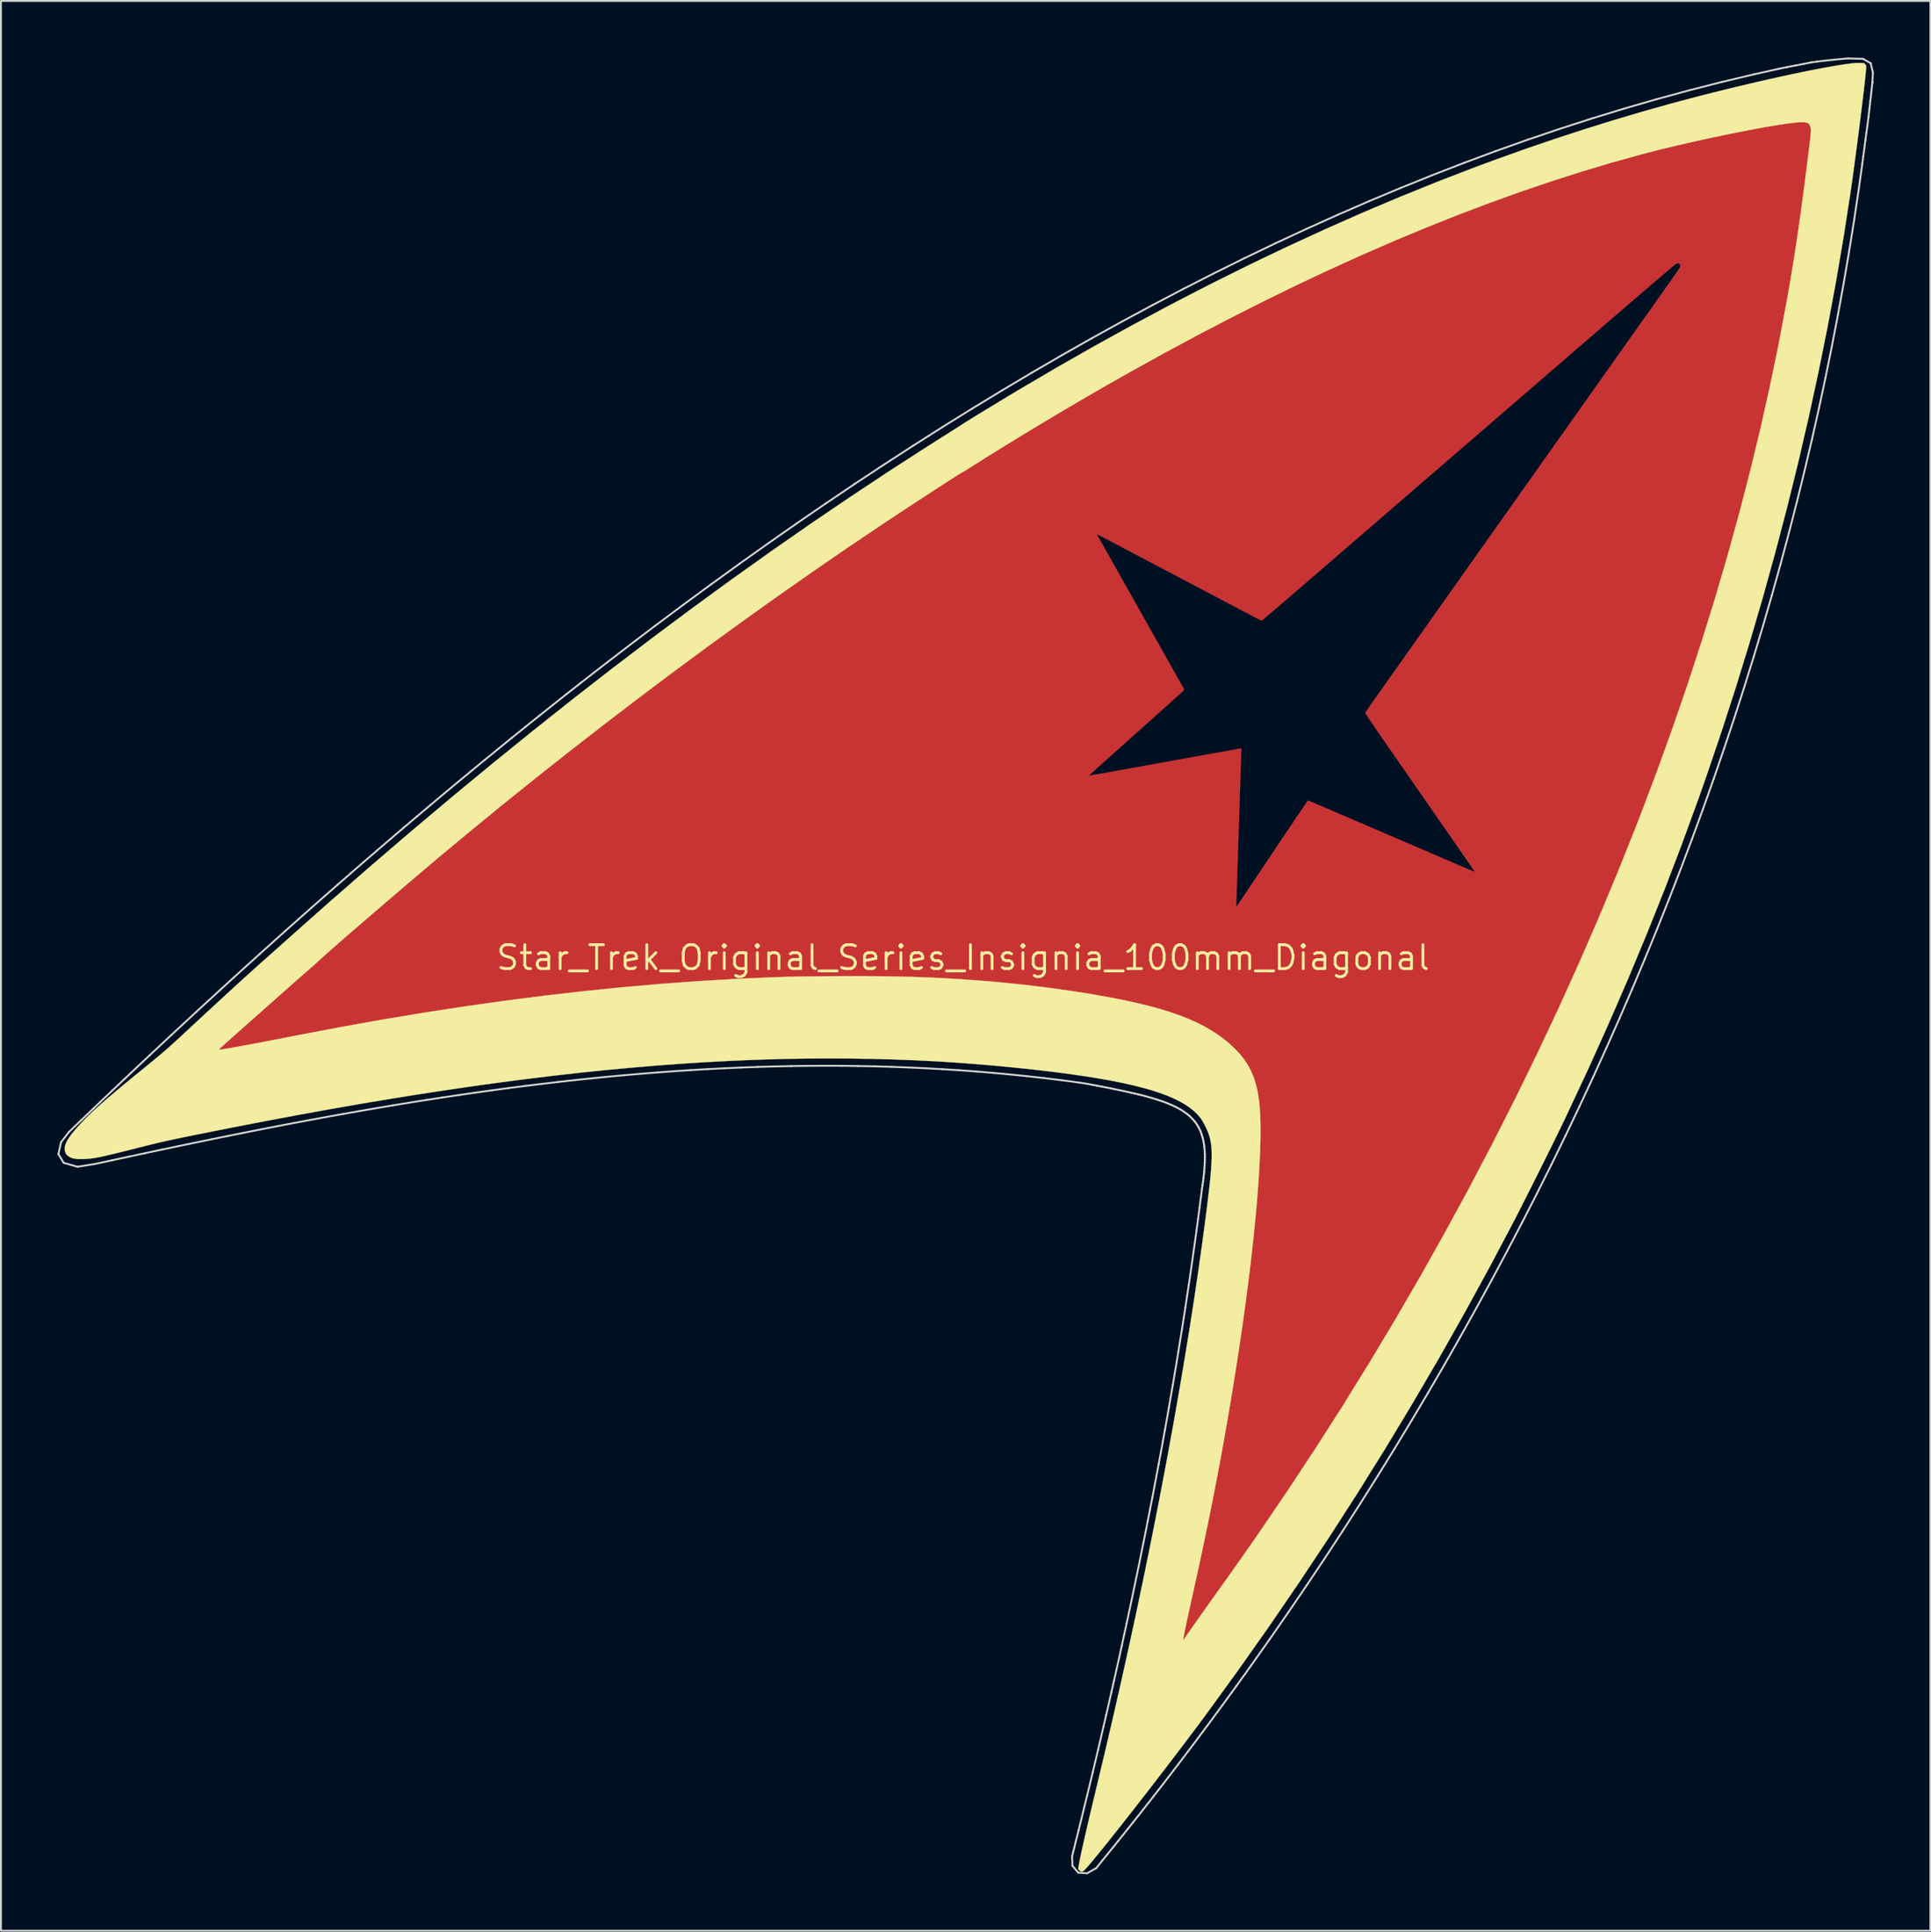
<source format=kicad_pcb>
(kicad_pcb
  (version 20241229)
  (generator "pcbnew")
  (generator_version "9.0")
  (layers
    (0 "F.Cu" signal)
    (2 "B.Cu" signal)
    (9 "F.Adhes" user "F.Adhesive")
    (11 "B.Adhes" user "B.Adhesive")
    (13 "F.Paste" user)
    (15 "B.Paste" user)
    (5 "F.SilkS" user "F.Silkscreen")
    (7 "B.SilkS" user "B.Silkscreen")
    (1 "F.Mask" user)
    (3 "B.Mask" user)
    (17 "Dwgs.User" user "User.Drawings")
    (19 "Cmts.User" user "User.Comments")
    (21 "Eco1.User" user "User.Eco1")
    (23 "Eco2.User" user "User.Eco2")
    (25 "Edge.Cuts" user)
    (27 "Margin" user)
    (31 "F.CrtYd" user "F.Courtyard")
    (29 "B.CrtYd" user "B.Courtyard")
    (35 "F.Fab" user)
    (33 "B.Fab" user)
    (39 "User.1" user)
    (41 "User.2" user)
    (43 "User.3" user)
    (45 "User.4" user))
  (footprint "Star_Trek_Original_Series_Insignia_100mm_Diagonal"
    (layer "F.Cu")
    (at 48.051 47.763)
    (property "Reference" "Star_Trek_Original_Series_Insignia_100mm_Diagonal" (at 0 0 0) (layer "F.SilkS") (effects (font (size 1.27 1.27) (thickness 0.15))))
    (attr through_hole)
    (fp_poly (pts (xy 45.626 -44.889) (xy 45.621 -44.847) (xy 45.612 -44.769) (xy 45.601 -44.659) (xy 45.587 -44.524) (xy 45.571 -44.369) (xy 45.554 -44.2) (xy 45.539 -44.058) (xy 45.305 -41.92) (xy 45.031 -39.77) (xy 44.716 -37.61) (xy 44.361 -35.44) (xy 43.967 -33.262) (xy 43.533 -31.074) (xy 43.059 -28.879) (xy 42.547 -26.678) (xy 41.996 -24.47) (xy 41.406 -22.257) (xy 40.778 -20.039) (xy 40.111 -17.817) (xy 39.407 -15.592) (xy 38.665 -13.364) (xy 37.885 -11.135) (xy 37.068 -8.905) (xy 36.214 -6.674) (xy 35.323 -4.443) (xy 34.395 -2.214) (xy 33.431 0.013) (xy 32.431 2.238) (xy 31.395 4.46) (xy 30.323 6.677) (xy 29.803 7.726) (xy 28.589 10.112) (xy 27.34 12.482) (xy 26.055 14.839) (xy 24.735 17.181) (xy 23.378 19.512) (xy 21.984 21.832) (xy 20.552 24.141) (xy 19.081 26.442) (xy 17.571 28.734) (xy 16.021 31.02) (xy 14.431 33.3) (xy 12.799 35.576) (xy 12.235 36.348) (xy 12.141 36.476) (xy 12.054 36.591) (xy 11.978 36.69) (xy 11.916 36.769) (xy 11.871 36.823) (xy 11.846 36.848) (xy 11.844 36.849) (xy 11.819 36.84) (xy 11.761 36.815) (xy 11.678 36.778) (xy 11.576 36.731) (xy 11.459 36.677) (xy 11.441 36.668) (xy 11.323 36.612) (xy 11.218 36.561) (xy 11.133 36.519) (xy 11.072 36.488) (xy 11.043 36.472) (xy 11.042 36.471) (xy 11.042 36.447) (xy 11.052 36.387) (xy 11.07 36.295) (xy 11.094 36.177) (xy 11.125 36.036) (xy 11.161 35.879) (xy 11.194 35.737) (xy 11.528 34.306) (xy 11.851 32.88) (xy 12.161 31.462) (xy 12.458 30.053) (xy 12.743 28.654) (xy 13.014 27.269) (xy 13.272 25.899) (xy 13.516 24.546) (xy 13.745 23.211) (xy 13.96 21.897) (xy 14.161 20.606) (xy 14.346 19.34) (xy 14.515 18.1) (xy 14.669 16.889) (xy 14.807 15.708) (xy 14.928 14.56) (xy 15.032 13.445) (xy 15.119 12.368) (xy 15.133 12.181) (xy 15.173 11.602) (xy 15.207 11.063) (xy 15.234 10.562) (xy 15.255 10.096) (xy 15.269 9.664) (xy 15.277 9.263) (xy 15.278 8.892) (xy 15.272 8.548) (xy 15.259 8.23) (xy 15.239 7.935) (xy 15.211 7.662) (xy 15.176 7.407) (xy 15.134 7.17) (xy 15.084 6.948) (xy 15.026 6.739) (xy 14.961 6.54) (xy 14.887 6.351) (xy 14.806 6.169) (xy 14.796 6.149) (xy 14.631 5.846) (xy 14.432 5.556) (xy 14.199 5.278) (xy 13.931 5.012) (xy 13.629 4.757) (xy 13.29 4.513) (xy 12.915 4.281) (xy 12.504 4.059) (xy 12.055 3.847) (xy 11.568 3.645) (xy 11.042 3.453) (xy 10.478 3.271) (xy 9.874 3.097) (xy 9.229 2.933) (xy 8.544 2.777) (xy 8.287 2.723) (xy 7.166 2.505) (xy 6.009 2.308) (xy 4.816 2.132) (xy 3.588 1.977) (xy 2.324 1.842) (xy 1.027 1.728) (xy -0.304 1.635) (xy -1.669 1.563) (xy -3.066 1.511) (xy -4.495 1.48) (xy -5.956 1.47) (xy -7.448 1.481) (xy -8.97 1.513) (xy -10.522 1.565) (xy -12.104 1.639) (xy -13.715 1.733) (xy -14.69 1.8) (xy -16.638 1.953) (xy -18.614 2.134) (xy -20.614 2.344) (xy -22.636 2.581) (xy -24.677 2.846) (xy -26.733 3.137) (xy -28.801 3.455) (xy -30.879 3.799) (xy -32.963 4.168) (xy -35.05 4.562) (xy -37.137 4.981) (xy -39.222 5.423) (xy -39.382 5.459) (xy -39.595 5.505) (xy -39.819 5.555) (xy -40.046 5.604) (xy -40.266 5.652) (xy -40.47 5.697) (xy -40.651 5.737) (xy -40.795 5.769) (xy -40.979 5.808) (xy -41.125 5.838) (xy -41.234 5.859) (xy -41.309 5.87) (xy -41.352 5.873) (xy -41.366 5.867) (xy -41.358 5.856) (xy -41.341 5.841) (xy -41.296 5.8) (xy -41.224 5.734) (xy -41.128 5.646) (xy -41.01 5.539) (xy -40.872 5.413) (xy -40.718 5.272) (xy -40.548 5.117) (xy -40.367 4.951) (xy -40.175 4.776) (xy -40.1 4.708) (xy -39.806 4.439) (xy -39.506 4.165) (xy -39.202 3.889) (xy -38.896 3.61) (xy -38.589 3.332) (xy -38.282 3.054) (xy -37.979 2.78) (xy -37.679 2.51) (xy -37.386 2.245) (xy -37.1 1.988) (xy -36.824 1.739) (xy -36.559 1.501) (xy -36.306 1.275) (xy -36.068 1.062) (xy -35.846 0.864) (xy -35.641 0.682) (xy -35.456 0.518) (xy -35.292 0.373) (xy -35.15 0.249) (xy -35.033 0.148) (xy -34.942 0.07) (xy -34.879 0.017) (xy -34.846 -0.008) (xy -34.844 -0.009) (xy -34.821 -0.027) (xy -34.77 -0.07) (xy -34.694 -0.135) (xy -34.597 -0.218) (xy -34.482 -0.318) (xy -34.352 -0.431) (xy -34.212 -0.553) (xy -34.132 -0.624) (xy -32.608 -1.952) (xy -31.054 -3.287) (xy -29.476 -4.624) (xy -27.88 -5.959) (xy -26.271 -7.287) (xy -24.655 -8.603) (xy -23.343 -9.658) (xy 6.676 -9.658) (xy 6.676 -9.658) (xy 6.697 -9.66) (xy 6.758 -9.67) (xy 6.854 -9.686) (xy 6.984 -9.708) (xy 7.145 -9.736) (xy 7.333 -9.769) (xy 7.546 -9.807) (xy 7.782 -9.849) (xy 8.036 -9.894) (xy 8.308 -9.943) (xy 8.593 -9.994) (xy 8.809 -10.033) (xy 9.158 -10.096) (xy 9.534 -10.164) (xy 9.929 -10.235) (xy 10.338 -10.309) (xy 10.751 -10.383) (xy 11.163 -10.458) (xy 11.566 -10.53) (xy 11.952 -10.6) (xy 12.315 -10.666) (xy 12.647 -10.725) (xy 12.806 -10.754) (xy 13.083 -10.804) (xy 13.348 -10.852) (xy 13.599 -10.897) (xy 13.833 -10.939) (xy 14.046 -10.978) (xy 14.236 -11.012) (xy 14.399 -11.042) (xy 14.533 -11.066) (xy 14.634 -11.085) (xy 14.7 -11.097) (xy 14.727 -11.102) (xy 14.748 -11.106) (xy 14.761 -11.1) (xy 14.768 -11.077) (xy 14.769 -11.031) (xy 14.765 -10.953) (xy 14.762 -10.896) (xy 14.76 -10.847) (xy 14.757 -10.759) (xy 14.753 -10.634) (xy 14.747 -10.476) (xy 14.74 -10.286) (xy 14.733 -10.069) (xy 14.725 -9.825) (xy 14.716 -9.56) (xy 14.707 -9.274) (xy 14.697 -8.972) (xy 14.687 -8.656) (xy 14.676 -8.328) (xy 14.667 -8.043) (xy 14.656 -7.683) (xy 14.644 -7.316) (xy 14.632 -6.945) (xy 14.62 -6.575) (xy 14.608 -6.211) (xy 14.597 -5.857) (xy 14.586 -5.518) (xy 14.576 -5.197) (xy 14.566 -4.9) (xy 14.557 -4.631) (xy 14.549 -4.394) (xy 14.543 -4.194) (xy 14.541 -4.149) (xy 14.534 -3.918) (xy 14.526 -3.698) (xy 14.52 -3.492) (xy 14.514 -3.305) (xy 14.509 -3.139) (xy 14.505 -3) (xy 14.502 -2.892) (xy 14.5 -2.818) (xy 14.499 -2.785) (xy 14.499 -2.681) (xy 15.151 -3.653) (xy 15.258 -3.813) (xy 15.386 -4.003) (xy 15.532 -4.221) (xy 15.693 -4.461) (xy 15.866 -4.72) (xy 16.048 -4.992) (xy 16.238 -5.275) (xy 16.431 -5.563) (xy 16.625 -5.853) (xy 16.817 -6.14) (xy 17.005 -6.421) (xy 17.046 -6.482) (xy 17.216 -6.735) (xy 17.378 -6.977) (xy 17.533 -7.207) (xy 17.678 -7.422) (xy 17.812 -7.621) (xy 17.933 -7.8) (xy 18.04 -7.957) (xy 18.131 -8.09) (xy 18.204 -8.198) (xy 18.259 -8.277) (xy 18.293 -8.325) (xy 18.306 -8.34) (xy 18.329 -8.332) (xy 18.385 -8.309) (xy 18.468 -8.275) (xy 18.573 -8.231) (xy 18.693 -8.179) (xy 18.744 -8.158) (xy 18.809 -8.13) (xy 18.91 -8.086) (xy 19.046 -8.028) (xy 19.214 -7.956) (xy 19.411 -7.871) (xy 19.636 -7.774) (xy 19.886 -7.667) (xy 20.159 -7.549) (xy 20.453 -7.423) (xy 20.764 -7.289) (xy 21.092 -7.149) (xy 21.434 -7.002) (xy 21.786 -6.85) (xy 22.148 -6.695) (xy 22.517 -6.537) (xy 22.606 -6.498) (xy 22.979 -6.338) (xy 23.347 -6.18) (xy 23.707 -6.025) (xy 24.059 -5.875) (xy 24.398 -5.729) (xy 24.723 -5.589) (xy 25.031 -5.457) (xy 25.32 -5.333) (xy 25.587 -5.218) (xy 25.83 -5.114) (xy 26.047 -5.02) (xy 26.235 -4.94) (xy 26.391 -4.872) (xy 26.514 -4.819) (xy 26.601 -4.782) (xy 26.612 -4.777) (xy 26.755 -4.716) (xy 26.884 -4.662) (xy 26.994 -4.617) (xy 27.08 -4.583) (xy 27.138 -4.561) (xy 27.164 -4.554) (xy 27.165 -4.555) (xy 27.151 -4.575) (xy 27.115 -4.628) (xy 27.056 -4.713) (xy 26.977 -4.827) (xy 26.878 -4.97) (xy 26.76 -5.14) (xy 26.625 -5.335) (xy 26.474 -5.553) (xy 26.308 -5.793) (xy 26.127 -6.054) (xy 25.933 -6.334) (xy 25.728 -6.63) (xy 25.511 -6.942) (xy 25.285 -7.268) (xy 25.051 -7.607) (xy 24.809 -7.956) (xy 24.561 -8.314) (xy 24.307 -8.679) (xy 24.049 -9.051) (xy 23.789 -9.427) (xy 23.526 -9.805) (xy 23.263 -10.185) (xy 23 -10.564) (xy 22.739 -10.941) (xy 22.546 -11.218) (xy 22.378 -11.461) (xy 22.217 -11.694) (xy 22.065 -11.915) (xy 21.923 -12.122) (xy 21.793 -12.312) (xy 21.676 -12.484) (xy 21.574 -12.634) (xy 21.49 -12.76) (xy 21.423 -12.86) (xy 21.377 -12.931) (xy 21.352 -12.971) (xy 21.348 -12.979) (xy 21.348 -12.984) (xy 21.351 -12.992) (xy 21.355 -13.003) (xy 21.364 -13.018) (xy 21.377 -13.04) (xy 21.396 -13.07) (xy 21.421 -13.109) (xy 21.455 -13.158) (xy 21.497 -13.22) (xy 21.548 -13.295) (xy 21.611 -13.385) (xy 21.685 -13.491) (xy 21.772 -13.615) (xy 21.873 -13.758) (xy 21.988 -13.921) (xy 22.119 -14.107) (xy 22.267 -14.316) (xy 22.432 -14.55) (xy 22.616 -14.811) (xy 22.82 -15.099) (xy 23.044 -15.416) (xy 23.291 -15.764) (xy 23.56 -16.144) (xy 23.781 -16.457) (xy 23.976 -16.732) (xy 24.192 -17.037) (xy 24.426 -17.368) (xy 24.676 -17.721) (xy 24.938 -18.091) (xy 25.21 -18.475) (xy 25.488 -18.868) (xy 25.77 -19.266) (xy 26.052 -19.664) (xy 26.331 -20.059) (xy 26.605 -20.445) (xy 26.87 -20.82) (xy 27.124 -21.178) (xy 27.22 -21.315) (xy 27.51 -21.725) (xy 27.805 -22.141) (xy 28.106 -22.567) (xy 28.414 -23.002) (xy 28.731 -23.449) (xy 29.057 -23.91) (xy 29.393 -24.385) (xy 29.741 -24.876) (xy 30.101 -25.385) (xy 30.475 -25.913) (xy 30.863 -26.462) (xy 31.268 -27.034) (xy 31.689 -27.629) (xy 32.128 -28.249) (xy 32.587 -28.897) (xy 33.065 -29.573) (xy 33.565 -30.279) (xy 34.087 -31.016) (xy 34.632 -31.787) (xy 34.636 -31.792) (xy 34.847 -32.09) (xy 35.067 -32.401) (xy 35.293 -32.719) (xy 35.521 -33.042) (xy 35.749 -33.365) (xy 35.974 -33.682) (xy 36.193 -33.991) (xy 36.401 -34.285) (xy 36.597 -34.562) (xy 36.777 -34.816) (xy 36.938 -35.044) (xy 37.044 -35.194) (xy 37.195 -35.407) (xy 37.34 -35.612) (xy 37.476 -35.804) (xy 37.601 -35.983) (xy 37.714 -36.144) (xy 37.812 -36.285) (xy 37.895 -36.403) (xy 37.958 -36.496) (xy 38.002 -36.56) (xy 38.023 -36.593) (xy 38.025 -36.595) (xy 38.054 -36.681) (xy 38.05 -36.76) (xy 38.023 -36.812) (xy 37.982 -36.843) (xy 37.93 -36.849) (xy 37.856 -36.83) (xy 37.846 -36.827) (xy 37.823 -36.811) (xy 37.769 -36.768) (xy 37.686 -36.699) (xy 37.573 -36.605) (xy 37.434 -36.487) (xy 37.267 -36.347) (xy 37.076 -36.184) (xy 36.86 -36) (xy 36.621 -35.796) (xy 36.361 -35.573) (xy 36.079 -35.332) (xy 35.778 -35.073) (xy 35.458 -34.799) (xy 35.121 -34.508) (xy 34.767 -34.204) (xy 34.398 -33.885) (xy 34.06 -33.593) (xy 33.699 -33.282) (xy 33.31 -32.946) (xy 32.895 -32.588) (xy 32.457 -32.21) (xy 32 -31.815) (xy 31.526 -31.406) (xy 31.038 -30.985) (xy 30.541 -30.555) (xy 30.035 -30.119) (xy 29.526 -29.679) (xy 29.016 -29.238) (xy 28.507 -28.799) (xy 28.004 -28.364) (xy 27.509 -27.937) (xy 27.025 -27.519) (xy 26.555 -27.114) (xy 26.103 -26.723) (xy 25.76 -26.427) (xy 25.341 -26.065) (xy 24.912 -25.695) (xy 24.475 -25.317) (xy 24.032 -24.935) (xy 23.586 -24.549) (xy 23.139 -24.163) (xy 22.694 -23.779) (xy 22.252 -23.398) (xy 21.817 -23.022) (xy 21.392 -22.655) (xy 20.978 -22.297) (xy 20.577 -21.951) (xy 20.194 -21.62) (xy 19.829 -21.305) (xy 19.485 -21.008) (xy 19.165 -20.732) (xy 18.872 -20.479) (xy 18.607 -20.25) (xy 18.523 -20.178) (xy 18.234 -19.928) (xy 17.953 -19.686) (xy 17.683 -19.453) (xy 17.424 -19.23) (xy 17.179 -19.02) (xy 16.949 -18.822) (xy 16.736 -18.64) (xy 16.542 -18.474) (xy 16.368 -18.325) (xy 16.216 -18.196) (xy 16.087 -18.087) (xy 15.984 -18) (xy 15.908 -17.937) (xy 15.861 -17.898) (xy 15.845 -17.886) (xy 15.821 -17.895) (xy 15.764 -17.923) (xy 15.679 -17.965) (xy 15.569 -18.021) (xy 15.439 -18.088) (xy 15.294 -18.163) (xy 15.144 -18.242) (xy 15.025 -18.305) (xy 14.87 -18.387) (xy 14.678 -18.488) (xy 14.452 -18.607) (xy 14.191 -18.745) (xy 13.896 -18.9) (xy 13.568 -19.073) (xy 13.208 -19.262) (xy 12.817 -19.469) (xy 12.395 -19.691) (xy 11.943 -19.93) (xy 11.462 -20.183) (xy 10.952 -20.452) (xy 10.415 -20.736) (xy 9.85 -21.033) (xy 9.259 -21.345) (xy 8.643 -21.669) (xy 8.226 -21.89) (xy 8.025 -21.996) (xy 7.835 -22.095) (xy 7.66 -22.187) (xy 7.503 -22.269) (xy 7.367 -22.339) (xy 7.255 -22.397) (xy 7.171 -22.439) (xy 7.118 -22.465) (xy 7.1 -22.474) (xy 7.107 -22.454) (xy 7.132 -22.404) (xy 7.171 -22.331) (xy 7.221 -22.242) (xy 7.242 -22.203) (xy 7.348 -22.016) (xy 7.467 -21.805) (xy 7.599 -21.571) (xy 7.742 -21.318) (xy 7.895 -21.046) (xy 8.057 -20.759) (xy 8.227 -20.457) (xy 8.404 -20.143) (xy 8.587 -19.82) (xy 8.773 -19.488) (xy 8.964 -19.151) (xy 9.156 -18.809) (xy 9.35 -18.466) (xy 9.543 -18.122) (xy 9.736 -17.781) (xy 9.926 -17.444) (xy 10.112 -17.113) (xy 10.294 -16.79) (xy 10.47 -16.478) (xy 10.639 -16.177) (xy 10.801 -15.891) (xy 10.953 -15.621) (xy 11.094 -15.369) (xy 11.225 -15.138) (xy 11.343 -14.929) (xy 11.447 -14.744) (xy 11.536 -14.585) (xy 11.609 -14.455) (xy 11.665 -14.355) (xy 11.703 -14.288) (xy 11.722 -14.254) (xy 11.723 -14.252) (xy 11.726 -14.248) (xy 11.73 -14.244) (xy 11.732 -14.24) (xy 11.733 -14.235) (xy 11.731 -14.228) (xy 11.725 -14.218) (xy 11.713 -14.203) (xy 11.695 -14.183) (xy 11.67 -14.157) (xy 11.636 -14.123) (xy 11.592 -14.081) (xy 11.538 -14.03) (xy 11.471 -13.968) (xy 11.391 -13.895) (xy 11.297 -13.809) (xy 11.188 -13.71) (xy 11.063 -13.597) (xy 10.92 -13.468) (xy 10.758 -13.322) (xy 10.576 -13.16) (xy 10.374 -12.978) (xy 10.149 -12.777) (xy 9.901 -12.556) (xy 9.629 -12.313) (xy 9.332 -12.047) (xy 9.008 -11.758) (xy 8.657 -11.444) (xy 8.277 -11.104) (xy 7.867 -10.738) (xy 7.636 -10.532) (xy 7.464 -10.379) (xy 7.302 -10.233) (xy 7.154 -10.099) (xy 7.02 -9.978) (xy 6.905 -9.873) (xy 6.81 -9.786) (xy 6.738 -9.72) (xy 6.693 -9.676) (xy 6.676 -9.658) (xy -23.343 -9.658) (xy -23.038 -9.903) (xy -21.425 -11.182) (xy -19.823 -12.436) (xy -18.236 -13.659) (xy -17.949 -13.877) (xy -16.468 -14.999) (xy -14.98 -16.11) (xy -13.49 -17.207) (xy -11.999 -18.289) (xy -10.51 -19.354) (xy -9.027 -20.4) (xy -7.551 -21.425) (xy -6.088 -22.426) (xy -4.638 -23.402) (xy -3.205 -24.35) (xy -1.792 -25.269) (xy -0.401 -26.157) (xy -0.275 -26.237) (xy -0.179 -26.298) (xy -0.095 -26.353) (xy -0.03 -26.397) (xy 0.01 -26.425) (xy 0.017 -26.431) (xy 0.041 -26.448) (xy 0.098 -26.485) (xy 0.184 -26.54) (xy 0.297 -26.612) (xy 0.433 -26.698) (xy 0.589 -26.796) (xy 0.762 -26.904) (xy 0.949 -27.021) (xy 1.146 -27.144) (xy 1.35 -27.271) (xy 1.559 -27.4) (xy 1.768 -27.53) (xy 1.975 -27.658) (xy 2.176 -27.782) (xy 2.369 -27.9) (xy 2.55 -28.011) (xy 2.625 -28.057) (xy 4.563 -29.224) (xy 6.485 -30.351) (xy 8.393 -31.44) (xy 10.285 -32.489) (xy 12.162 -33.499) (xy 14.024 -34.469) (xy 15.87 -35.4) (xy 17.702 -36.292) (xy 19.124 -36.962) (xy 20.72 -37.69) (xy 22.305 -38.387) (xy 23.878 -39.051) (xy 25.439 -39.684) (xy 26.986 -40.283) (xy 28.518 -40.851) (xy 30.035 -41.385) (xy 31.536 -41.886) (xy 33.021 -42.353) (xy 34.487 -42.787) (xy 35.934 -43.186) (xy 37.362 -43.551) (xy 38.77 -43.881) (xy 40.156 -44.176) (xy 41.413 -44.417) (xy 41.771 -44.481) (xy 42.131 -44.543) (xy 42.49 -44.602) (xy 42.844 -44.659) (xy 43.189 -44.713) (xy 43.523 -44.764) (xy 43.842 -44.81) (xy 44.143 -44.851) (xy 44.422 -44.888) (xy 44.677 -44.919) (xy 44.903 -44.944) (xy 45.098 -44.963) (xy 45.259 -44.975) (xy 45.381 -44.979) (xy 45.388 -44.979) (xy 45.638 -44.979) (xy 45.626 -44.889)) (stroke (width 0.01) (type solid)) (fill yes) (layer "F.Cu"))
    (fp_poly (pts (xy 45.626 -44.889) (xy 45.621 -44.847) (xy 45.612 -44.769) (xy 45.601 -44.659) (xy 45.587 -44.524) (xy 45.571 -44.369) (xy 45.554 -44.2) (xy 45.539 -44.058) (xy 45.305 -41.92) (xy 45.03 -39.77) (xy 44.716 -37.61) (xy 44.361 -35.44) (xy 43.966 -33.261) (xy 43.532 -31.073) (xy 43.059 -28.878) (xy 42.547 -26.677) (xy 41.996 -24.469) (xy 41.406 -22.255) (xy 40.777 -20.037) (xy 40.111 -17.815) (xy 39.406 -15.59) (xy 38.664 -13.363) (xy 37.884 -11.133) (xy 37.067 -8.902) (xy 36.213 -6.672) (xy 35.322 -4.441) (xy 34.394 -2.212) (xy 33.43 0.016) (xy 32.43 2.241) (xy 31.394 4.463) (xy 30.321 6.68) (xy 29.803 7.726) (xy 28.589 10.112) (xy 27.34 12.482) (xy 26.055 14.839) (xy 24.735 17.181) (xy 23.378 19.512) (xy 21.984 21.832) (xy 20.552 24.141) (xy 19.081 26.442) (xy 17.571 28.734) (xy 16.021 31.02) (xy 14.431 33.3) (xy 12.799 35.576) (xy 12.235 36.348) (xy 12.141 36.476) (xy 12.054 36.591) (xy 11.978 36.69) (xy 11.916 36.769) (xy 11.871 36.823) (xy 11.846 36.848) (xy 11.844 36.849) (xy 11.819 36.84) (xy 11.761 36.815) (xy 11.678 36.778) (xy 11.576 36.731) (xy 11.459 36.677) (xy 11.441 36.668) (xy 11.323 36.612) (xy 11.218 36.561) (xy 11.133 36.519) (xy 11.072 36.488) (xy 11.043 36.472) (xy 11.042 36.471) (xy 11.042 36.447) (xy 11.052 36.387) (xy 11.07 36.295) (xy 11.094 36.177) (xy 11.125 36.036) (xy 11.161 35.879) (xy 11.194 35.737) (xy 11.528 34.306) (xy 11.851 32.88) (xy 12.161 31.462) (xy 12.458 30.053) (xy 12.743 28.654) (xy 13.014 27.269) (xy 13.272 25.899) (xy 13.516 24.546) (xy 13.745 23.211) (xy 13.96 21.897) (xy 14.161 20.606) (xy 14.346 19.34) (xy 14.515 18.1) (xy 14.669 16.889) (xy 14.807 15.708) (xy 14.928 14.56) (xy 15.032 13.445) (xy 15.119 12.368) (xy 15.133 12.181) (xy 15.173 11.602) (xy 15.207 11.063) (xy 15.234 10.562) (xy 15.255 10.096) (xy 15.269 9.664) (xy 15.277 9.263) (xy 15.278 8.892) (xy 15.272 8.548) (xy 15.259 8.23) (xy 15.239 7.935) (xy 15.211 7.662) (xy 15.176 7.407) (xy 15.134 7.17) (xy 15.084 6.948) (xy 15.026 6.739) (xy 14.961 6.54) (xy 14.887 6.351) (xy 14.806 6.169) (xy 14.796 6.149) (xy 14.631 5.846) (xy 14.432 5.556) (xy 14.199 5.278) (xy 13.931 5.012) (xy 13.629 4.757) (xy 13.29 4.513) (xy 12.915 4.281) (xy 12.504 4.059) (xy 12.055 3.847) (xy 11.568 3.645) (xy 11.042 3.453) (xy 10.478 3.271) (xy 9.874 3.097) (xy 9.229 2.933) (xy 8.544 2.777) (xy 8.287 2.723) (xy 7.166 2.505) (xy 6.009 2.308) (xy 4.816 2.132) (xy 3.588 1.977) (xy 2.324 1.842) (xy 1.027 1.728) (xy -0.304 1.635) (xy -1.669 1.563) (xy -3.066 1.511) (xy -4.495 1.48) (xy -5.956 1.47) (xy -7.448 1.481) (xy -8.97 1.513) (xy -10.522 1.565) (xy -12.104 1.639) (xy -13.715 1.733) (xy -14.69 1.8) (xy -16.638 1.953) (xy -18.614 2.134) (xy -20.614 2.344) (xy -22.636 2.581) (xy -24.677 2.846) (xy -26.733 3.137) (xy -28.801 3.455) (xy -30.879 3.799) (xy -32.963 4.168) (xy -35.05 4.562) (xy -37.137 4.981) (xy -39.222 5.423) (xy -39.382 5.459) (xy -39.595 5.505) (xy -39.819 5.555) (xy -40.046 5.604) (xy -40.266 5.652) (xy -40.47 5.697) (xy -40.651 5.737) (xy -40.795 5.769) (xy -40.979 5.808) (xy -41.125 5.838) (xy -41.234 5.859) (xy -41.309 5.87) (xy -41.352 5.873) (xy -41.366 5.867) (xy -41.358 5.856) (xy -41.341 5.841) (xy -41.296 5.8) (xy -41.224 5.734) (xy -41.128 5.646) (xy -41.01 5.539) (xy -40.872 5.413) (xy -40.718 5.272) (xy -40.548 5.117) (xy -40.367 4.951) (xy -40.175 4.776) (xy -40.1 4.708) (xy -39.806 4.439) (xy -39.506 4.165) (xy -39.202 3.889) (xy -38.896 3.61) (xy -38.589 3.332) (xy -38.282 3.054) (xy -37.979 2.78) (xy -37.679 2.51) (xy -37.386 2.245) (xy -37.1 1.988) (xy -36.824 1.739) (xy -36.559 1.501) (xy -36.306 1.275) (xy -36.068 1.062) (xy -35.846 0.864) (xy -35.641 0.682) (xy -35.456 0.518) (xy -35.292 0.373) (xy -35.15 0.249) (xy -35.033 0.148) (xy -34.942 0.07) (xy -34.879 0.017) (xy -34.846 -0.008) (xy -34.844 -0.009) (xy -34.821 -0.027) (xy -34.77 -0.07) (xy -34.694 -0.135) (xy -34.597 -0.218) (xy -34.482 -0.318) (xy -34.352 -0.431) (xy -34.212 -0.553) (xy -34.132 -0.624) (xy -32.85 -1.741) (xy -31.538 -2.872) (xy -30.199 -4.012) (xy -28.841 -5.156) (xy -27.469 -6.298) (xy -26.091 -7.434) (xy -24.711 -8.558) (xy -23.336 -9.666) (xy -21.972 -10.752) (xy -20.625 -11.811) (xy -20.5 -11.908) (xy -19.03 -13.049) (xy -17.579 -14.16) (xy -16.141 -15.247) (xy -14.708 -16.314) (xy -13.274 -17.367) (xy -11.832 -18.411) (xy -10.376 -19.45) (xy -8.9 -20.489) (xy -7.396 -21.533) (xy -6.985 -21.816) (xy -6.566 -22.102) (xy -6.116 -22.407) (xy -5.641 -22.728) (xy -5.146 -23.06) (xy -4.635 -23.4) (xy -4.114 -23.745) (xy -3.589 -24.093) (xy -3.063 -24.438) (xy -2.542 -24.779) (xy -2.031 -25.111) (xy -1.536 -25.431) (xy -1.061 -25.737) (xy -0.612 -26.024) (xy -0.275 -26.237) (xy -0.179 -26.298) (xy -0.095 -26.353) (xy -0.03 -26.397) (xy 0.01 -26.425) (xy 0.017 -26.431) (xy 0.041 -26.448) (xy 0.098 -26.485) (xy 0.184 -26.54) (xy 0.297 -26.612) (xy 0.433 -26.698) (xy 0.589 -26.796) (xy 0.762 -26.904) (xy 0.949 -27.021) (xy 1.146 -27.144) (xy 1.35 -27.271) (xy 1.559 -27.4) (xy 1.768 -27.53) (xy 1.975 -27.658) (xy 2.176 -27.782) (xy 2.369 -27.9) (xy 2.55 -28.011) (xy 2.625 -28.057) (xy 4.525 -29.202) (xy 6.41 -30.308) (xy 8.278 -31.376) (xy 10.13 -32.405) (xy 11.966 -33.395) (xy 13.787 -34.348) (xy 15.592 -35.262) (xy 17.383 -36.138) (xy 19.158 -36.977) (xy 20.919 -37.777) (xy 21.774 -38.155) (xy 23.424 -38.861) (xy 25.057 -39.531) (xy 26.673 -40.165) (xy 28.272 -40.763) (xy 29.854 -41.324) (xy 31.419 -41.849) (xy 32.965 -42.337) (xy 34.494 -42.789) (xy 36.004 -43.204) (xy 37.495 -43.583) (xy 38.968 -43.924) (xy 40.421 -44.229) (xy 41.855 -44.496) (xy 43.269 -44.726) (xy 43.549 -44.768) (xy 43.899 -44.818) (xy 44.219 -44.862) (xy 44.508 -44.899) (xy 44.764 -44.929) (xy 44.984 -44.952) (xy 45.169 -44.969) (xy 45.314 -44.977) (xy 45.388 -44.979) (xy 45.638 -44.979) (xy 45.626 -44.889)) (stroke (width 0.01) (type solid)) (fill yes) (layer "F.Mask"))
    (fp_poly (pts (xy 1.031 -34.758) (xy 1.033 -34.756) (xy 1.054 -34.734) (xy 1.071 -34.704) (xy 1.086 -34.659) (xy 1.1 -34.596) (xy 1.113 -34.509) (xy 1.127 -34.393) (xy 1.142 -34.244) (xy 1.154 -34.11) (xy 1.168 -33.967) (xy 1.186 -33.787) (xy 1.208 -33.571) (xy 1.235 -33.32) (xy 1.266 -33.037) (xy 1.3 -32.723) (xy 1.338 -32.378) (xy 1.379 -32.005) (xy 1.424 -31.605) (xy 1.472 -31.18) (xy 1.523 -30.731) (xy 1.576 -30.259) (xy 1.633 -29.766) (xy 1.691 -29.254) (xy 1.752 -28.724) (xy 1.815 -28.177) (xy 1.88 -27.616) (xy 1.946 -27.04) (xy 2.014 -26.453) (xy 2.083 -25.855) (xy 2.154 -25.248) (xy 2.226 -24.633) (xy 2.298 -24.013) (xy 2.371 -23.387) (xy 2.445 -22.758) (xy 2.519 -22.128) (xy 2.593 -21.497) (xy 2.667 -20.868) (xy 2.74 -20.242) (xy 2.814 -19.619) (xy 2.887 -19.003) (xy 2.959 -18.394) (xy 3.03 -17.793) (xy 3.1 -17.202) (xy 3.169 -16.624) (xy 3.237 -16.058) (xy 3.303 -15.507) (xy 3.367 -14.972) (xy 3.429 -14.455) (xy 3.489 -13.957) (xy 3.547 -13.479) (xy 3.602 -13.024) (xy 3.654 -12.592) (xy 3.704 -12.185) (xy 3.751 -11.804) (xy 3.795 -11.452) (xy 3.835 -11.129) (xy 3.872 -10.836) (xy 3.905 -10.577) (xy 3.934 -10.351) (xy 3.959 -10.161) (xy 3.98 -10.007) (xy 3.997 -9.892) (xy 4.008 -9.817) (xy 4.013 -9.796) (xy 4.023 -9.766) (xy 4.045 -9.743) (xy 4.088 -9.722) (xy 4.159 -9.698) (xy 4.198 -9.686) (xy 4.336 -9.645) (xy 4.514 -9.596) (xy 4.73 -9.537) (xy 4.982 -9.471) (xy 5.267 -9.397) (xy 5.585 -9.315) (xy 5.934 -9.227) (xy 6.311 -9.133) (xy 6.715 -9.032) (xy 7.143 -8.926) (xy 7.596 -8.816) (xy 8.069 -8.7) (xy 8.509 -8.594) (xy 8.922 -8.494) (xy 9.319 -8.397) (xy 9.696 -8.305) (xy 10.053 -8.218) (xy 10.387 -8.136) (xy 10.697 -8.059) (xy 10.98 -7.988) (xy 11.236 -7.924) (xy 11.461 -7.867) (xy 11.654 -7.817) (xy 11.814 -7.776) (xy 11.938 -7.742) (xy 12.025 -7.718) (xy 12.072 -7.702) (xy 12.073 -7.702) (xy 12.159 -7.662) (xy 12.21 -7.619) (xy 12.232 -7.566) (xy 12.234 -7.537) (xy 12.231 -7.503) (xy 12.223 -7.474) (xy 12.203 -7.446) (xy 12.17 -7.418) (xy 12.12 -7.388) (xy 12.047 -7.353) (xy 11.949 -7.312) (xy 11.821 -7.262) (xy 11.661 -7.202) (xy 11.515 -7.148) (xy 11.313 -7.074) (xy 11.094 -6.995) (xy 10.853 -6.91) (xy 10.589 -6.816) (xy 10.299 -6.714) (xy 9.979 -6.603) (xy 9.628 -6.481) (xy 9.242 -6.348) (xy 8.818 -6.202) (xy 8.805 -6.198) (xy 8.315 -6.029) (xy 7.854 -5.87) (xy 7.422 -5.719) (xy 7.021 -5.578) (xy 6.65 -5.446) (xy 6.312 -5.325) (xy 6.006 -5.214) (xy 5.735 -5.114) (xy 5.498 -5.025) (xy 5.296 -4.947) (xy 5.131 -4.881) (xy 5.003 -4.827) (xy 4.913 -4.785) (xy 4.862 -4.756) (xy 4.852 -4.747) (xy 4.839 -4.706) (xy 4.831 -4.627) (xy 4.827 -4.516) (xy 4.828 -4.375) (xy 4.833 -4.211) (xy 4.844 -4.026) (xy 4.858 -3.827) (xy 4.87 -3.693) (xy 4.881 -3.566) (xy 4.893 -3.441) (xy 4.906 -3.314) (xy 4.921 -3.179) (xy 4.939 -3.03) (xy 4.959 -2.863) (xy 4.983 -2.672) (xy 5.011 -2.452) (xy 5.043 -2.197) (xy 5.059 -2.074) (xy 5.107 -1.704) (xy 5.148 -1.373) (xy 5.184 -1.076) (xy 5.214 -0.811) (xy 5.24 -0.574) (xy 5.262 -0.361) (xy 5.279 -0.169) (xy 5.293 0.005) (xy 5.295 0.036) (xy 5.305 0.171) (xy 5.31 0.271) (xy 5.312 0.343) (xy 5.309 0.394) (xy 5.302 0.432) (xy 5.291 0.463) (xy 5.287 0.474) (xy 5.254 0.525) (xy 5.208 0.551) (xy 5.168 0.56) (xy 5.103 0.565) (xy 5.051 0.556) (xy 5.043 0.553) (xy 5.001 0.522) (xy 4.933 0.459) (xy 4.842 0.369) (xy 4.73 0.252) (xy 4.599 0.111) (xy 4.45 -0.052) (xy 4.286 -0.235) (xy 4.108 -0.436) (xy 3.919 -0.652) (xy 3.72 -0.882) (xy 3.513 -1.123) (xy 3.3 -1.373) (xy 3.268 -1.411) (xy 3.05 -1.669) (xy 2.857 -1.898) (xy 2.686 -2.1) (xy 2.536 -2.278) (xy 2.403 -2.434) (xy 2.286 -2.572) (xy 2.182 -2.693) (xy 2.089 -2.802) (xy 2.005 -2.9) (xy 1.927 -2.989) (xy 1.853 -3.074) (xy 1.78 -3.157) (xy 1.706 -3.24) (xy 1.665 -3.286) (xy 1.548 -3.417) (xy 1.424 -3.552) (xy 1.298 -3.687) (xy 1.173 -3.82) (xy 1.053 -3.945) (xy 0.94 -4.061) (xy 0.839 -4.163) (xy 0.753 -4.247) (xy 0.685 -4.311) (xy 0.639 -4.35) (xy 0.621 -4.361) (xy 0.601 -4.345) (xy 0.559 -4.3) (xy 0.5 -4.232) (xy 0.429 -4.145) (xy 0.348 -4.044) (xy 0.327 -4.016) (xy 0.243 -3.911) (xy 0.167 -3.815) (xy 0.102 -3.734) (xy 0.052 -3.675) (xy 0.024 -3.642) (xy 0.021 -3.639) (xy 0.004 -3.62) (xy -0.036 -3.569) (xy -0.099 -3.491) (xy -0.181 -3.387) (xy -0.28 -3.26) (xy -0.395 -3.114) (xy -0.524 -2.95) (xy -0.664 -2.772) (xy -0.813 -2.581) (xy -0.969 -2.382) (xy -1.13 -2.176) (xy -1.294 -1.966) (xy -1.459 -1.755) (xy -1.622 -1.546) (xy -1.783 -1.34) (xy -1.937 -1.142) (xy -2.085 -0.953) (xy -2.222 -0.776) (xy -2.348 -0.615) (xy -2.459 -0.471) (xy -2.555 -0.347) (xy -2.633 -0.247) (xy -2.69 -0.172) (xy -2.716 -0.138) (xy -2.857 0.047) (xy -2.974 0.2) (xy -3.069 0.321) (xy -3.144 0.412) (xy -3.199 0.476) (xy -3.237 0.514) (xy -3.239 0.516) (xy -3.321 0.561) (xy -3.406 0.569) (xy -3.487 0.537) (xy -3.499 0.529) (xy -3.547 0.474) (xy -3.583 0.395) (xy -3.608 0.287) (xy -3.622 0.148) (xy -3.625 -0.025) (xy -3.618 -0.237) (xy -3.617 -0.254) (xy -3.606 -0.444) (xy -3.591 -0.648) (xy -3.574 -0.869) (xy -3.553 -1.11) (xy -3.528 -1.373) (xy -3.499 -1.663) (xy -3.466 -1.983) (xy -3.428 -2.335) (xy -3.384 -2.724) (xy -3.342 -3.101) (xy -3.305 -3.431) (xy -3.275 -3.72) (xy -3.252 -3.969) (xy -3.236 -4.179) (xy -3.227 -4.351) (xy -3.225 -4.403) (xy -3.222 -4.553) (xy -3.222 -4.666) (xy -3.228 -4.75) (xy -3.239 -4.81) (xy -3.259 -4.852) (xy -3.289 -4.882) (xy -3.329 -4.907) (xy -3.345 -4.915) (xy -3.373 -4.926) (xy -3.439 -4.949) (xy -3.54 -4.984) (xy -3.674 -5.03) (xy -3.839 -5.086) (xy -4.033 -5.151) (xy -4.252 -5.225) (xy -4.495 -5.306) (xy -4.759 -5.395) (xy -5.042 -5.49) (xy -5.341 -5.59) (xy -5.654 -5.695) (xy -5.979 -5.803) (xy -6.313 -5.915) (xy -6.655 -6.029) (xy -7.001 -6.144) (xy -7.349 -6.26) (xy -7.696 -6.375) (xy -8.042 -6.49) (xy -8.382 -6.603) (xy -8.715 -6.714) (xy -9.038 -6.821) (xy -9.35 -6.924) (xy -9.647 -7.022) (xy -9.927 -7.114) (xy -10.086 -7.166) (xy -10.289 -7.234) (xy -10.479 -7.297) (xy -10.652 -7.355) (xy -10.805 -7.406) (xy -10.934 -7.451) (xy -11.035 -7.486) (xy -11.105 -7.511) (xy -11.141 -7.525) (xy -11.144 -7.527) (xy -11.121 -7.533) (xy -11.06 -7.549) (xy -10.962 -7.573) (xy -10.831 -7.606) (xy -10.668 -7.647) (xy -10.477 -7.695) (xy -10.258 -7.75) (xy -10.016 -7.811) (xy -9.752 -7.877) (xy -9.469 -7.948) (xy -9.169 -8.024) (xy -8.854 -8.102) (xy -8.528 -8.184) (xy -8.424 -8.21) (xy -7.956 -8.328) (xy -7.527 -8.436) (xy -7.133 -8.535) (xy -6.773 -8.625) (xy -6.444 -8.709) (xy -6.144 -8.785) (xy -5.869 -8.855) (xy -5.618 -8.919) (xy -5.388 -8.978) (xy -5.176 -9.033) (xy -4.98 -9.085) (xy -4.797 -9.133) (xy -4.625 -9.179) (xy -4.461 -9.223) (xy -4.303 -9.267) (xy -4.148 -9.31) (xy -3.993 -9.353) (xy -3.837 -9.397) (xy -3.677 -9.443) (xy -3.672 -9.444) (xy -3.449 -9.508) (xy -3.248 -9.568) (xy -3.073 -9.622) (xy -2.925 -9.669) (xy -2.808 -9.708) (xy -2.726 -9.739) (xy -2.68 -9.761) (xy -2.674 -9.765) (xy -2.663 -9.795) (xy -2.646 -9.866) (xy -2.624 -9.977) (xy -2.598 -10.127) (xy -2.566 -10.317) (xy -2.53 -10.544) (xy -2.49 -10.808) (xy -2.445 -11.109) (xy -2.395 -11.445) (xy -2.342 -11.815) (xy -2.284 -12.219) (xy -2.222 -12.656) (xy -2.156 -13.126) (xy -2.087 -13.626) (xy -2.014 -14.157) (xy -1.937 -14.718) (xy -1.857 -15.307) (xy -1.774 -15.925) (xy -1.687 -16.569) (xy -1.598 -17.24) (xy -1.505 -17.937) (xy -1.41 -18.658) (xy -1.312 -19.403) (xy -1.211 -20.171) (xy -1.108 -20.961) (xy -1.059 -21.336) (xy -1.008 -21.722) (xy -0.955 -22.135) (xy -0.898 -22.568) (xy -0.84 -23.016) (xy -0.781 -23.471) (xy -0.721 -23.927) (xy -0.662 -24.378) (xy -0.605 -24.816) (xy -0.55 -25.237) (xy -0.499 -25.633) (xy -0.451 -25.997) (xy -0.423 -26.215) (xy -0.382 -26.532) (xy -0.341 -26.846) (xy -0.301 -27.154) (xy -0.262 -27.45) (xy -0.225 -27.733) (xy -0.191 -27.998) (xy -0.159 -28.241) (xy -0.131 -28.46) (xy -0.107 -28.65) (xy -0.086 -28.809) (xy -0.071 -28.931) (xy -0.062 -28.998) (xy -0.017 -29.348) (xy 0.029 -29.71) (xy 0.078 -30.081) (xy 0.128 -30.458) (xy 0.178 -30.835) (xy 0.229 -31.21) (xy 0.279 -31.58) (xy 0.329 -31.939) (xy 0.377 -32.285) (xy 0.423 -32.614) (xy 0.467 -32.922) (xy 0.508 -33.206) (xy 0.546 -33.461) (xy 0.58 -33.685) (xy 0.609 -33.873) (xy 0.627 -33.983) (xy 0.661 -34.185) (xy 0.691 -34.348) (xy 0.717 -34.478) (xy 0.741 -34.578) (xy 0.765 -34.653) (xy 0.791 -34.706) (xy 0.818 -34.742) (xy 0.85 -34.765) (xy 0.887 -34.778) (xy 0.911 -34.783) (xy 0.978 -34.785) (xy 1.031 -34.758)) (stroke (width 0.01) (type solid)) (fill yes) (layer "B.Mask"))
    (fp_poly (pts (xy 47.635 -47.474) (xy 47.725 -47.469) (xy 47.784 -47.462) (xy 47.822 -47.45) (xy 47.851 -47.428) (xy 47.873 -47.403) (xy 47.898 -47.372) (xy 47.913 -47.342) (xy 47.92 -47.302) (xy 47.92 -47.243) (xy 47.916 -47.153) (xy 47.915 -47.139) (xy 47.907 -47.033) (xy 47.893 -46.888) (xy 47.875 -46.708) (xy 47.852 -46.494) (xy 47.824 -46.252) (xy 47.793 -45.982) (xy 47.758 -45.689) (xy 47.72 -45.375) (xy 47.68 -45.045) (xy 47.637 -44.699) (xy 47.592 -44.343) (xy 47.546 -43.978) (xy 47.499 -43.608) (xy 47.45 -43.237) (xy 47.402 -42.866) (xy 47.353 -42.499) (xy 47.305 -42.139) (xy 47.258 -41.79) (xy 47.212 -41.454) (xy 47.167 -41.134) (xy 47.124 -40.834) (xy 47.084 -40.556) (xy 47.084 -40.555) (xy 46.718 -38.197) (xy 46.314 -35.827) (xy 45.871 -33.447) (xy 45.389 -31.06) (xy 44.871 -28.668) (xy 44.316 -26.274) (xy 43.725 -23.881) (xy 43.098 -21.49) (xy 42.437 -19.105) (xy 41.741 -16.727) (xy 41.012 -14.36) (xy 40.25 -12.005) (xy 39.456 -9.665) (xy 39.038 -8.477) (xy 38.163 -6.077) (xy 37.246 -3.675) (xy 36.286 -1.271) (xy 35.284 1.134) (xy 34.24 3.542) (xy 33.154 5.951) (xy 32.026 8.361) (xy 31.707 9.028) (xy 31.625 9.198) (xy 31.525 9.401) (xy 31.411 9.634) (xy 31.284 9.892) (xy 31.146 10.17) (xy 30.999 10.466) (xy 30.846 10.774) (xy 30.688 11.091) (xy 30.527 11.413) (xy 30.366 11.735) (xy 30.206 12.054) (xy 30.05 12.364) (xy 29.9 12.663) (xy 29.757 12.946) (xy 29.624 13.21) (xy 29.502 13.448) (xy 29.395 13.659) (xy 29.303 13.837) (xy 29.273 13.896) (xy 27.961 16.378) (xy 26.618 18.835) (xy 25.241 21.27) (xy 23.83 23.683) (xy 22.385 26.077) (xy 20.903 28.453) (xy 19.385 30.811) (xy 17.829 33.154) (xy 16.235 35.484) (xy 14.601 37.8) (xy 13.009 39.994) (xy 12.778 40.308) (xy 12.533 40.637) (xy 12.278 40.979) (xy 12.012 41.332) (xy 11.738 41.695) (xy 11.458 42.065) (xy 11.171 42.441) (xy 10.881 42.822) (xy 10.588 43.204) (xy 10.294 43.586) (xy 10 43.967) (xy 9.708 44.344) (xy 9.419 44.716) (xy 9.135 45.081) (xy 8.857 45.437) (xy 8.586 45.782) (xy 8.324 46.115) (xy 8.072 46.432) (xy 7.833 46.734) (xy 7.606 47.017) (xy 7.394 47.28) (xy 7.198 47.521) (xy 7.02 47.739) (xy 6.861 47.931) (xy 6.722 48.095) (xy 6.605 48.23) (xy 6.511 48.334) (xy 6.476 48.371) (xy 6.4 48.443) (xy 6.339 48.482) (xy 6.284 48.489) (xy 6.228 48.466) (xy 6.183 48.432) (xy 6.142 48.395) (xy 6.122 48.364) (xy 6.119 48.321) (xy 6.126 48.258) (xy 6.141 48.155) (xy 6.166 48.017) (xy 6.199 47.845) (xy 6.242 47.637) (xy 6.295 47.394) (xy 6.357 47.114) (xy 6.428 46.796) (xy 6.51 46.442) (xy 6.601 46.049) (xy 6.702 45.618) (xy 6.813 45.148) (xy 6.934 44.638) (xy 7.066 44.088) (xy 7.173 43.646) (xy 7.592 41.884) (xy 8.002 40.122) (xy 8.402 38.362) (xy 8.791 36.607) (xy 8.874 36.227) (xy 11.663 36.227) (xy 11.673 36.237) (xy 11.684 36.227) (xy 11.673 36.216) (xy 11.663 36.227) (xy 8.874 36.227) (xy 9.17 34.858) (xy 9.536 33.118) (xy 9.891 31.39) (xy 10.233 29.675) (xy 10.562 27.977) (xy 10.878 26.296) (xy 11.18 24.636) (xy 11.468 22.999) (xy 11.741 21.388) (xy 12 19.803) (xy 12.243 18.249) (xy 12.469 16.726) (xy 12.68 15.238) (xy 12.847 13.991) (xy 12.91 13.504) (xy 12.966 13.056) (xy 13.016 12.646) (xy 13.06 12.27) (xy 13.097 11.928) (xy 13.129 11.616) (xy 13.154 11.332) (xy 13.173 11.074) (xy 13.186 10.84) (xy 13.194 10.628) (xy 13.196 10.434) (xy 13.192 10.258) (xy 13.183 10.096) (xy 13.169 9.947) (xy 13.149 9.808) (xy 13.125 9.677) (xy 13.095 9.552) (xy 13.06 9.43) (xy 13.047 9.387) (xy 13 9.259) (xy 12.938 9.114) (xy 12.866 8.96) (xy 12.789 8.81) (xy 12.713 8.674) (xy 12.643 8.562) (xy 12.613 8.52) (xy 12.444 8.321) (xy 12.248 8.131) (xy 12.024 7.951) (xy 11.769 7.779) (xy 11.483 7.616) (xy 11.165 7.46) (xy 10.814 7.311) (xy 10.428 7.169) (xy 10.005 7.033) (xy 9.545 6.902) (xy 9.047 6.776) (xy 8.509 6.655) (xy 8.012 6.553) (xy 7.53 6.464) (xy 7.01 6.375) (xy 6.455 6.288) (xy 5.867 6.202) (xy 5.252 6.118) (xy 4.611 6.037) (xy 3.949 5.959) (xy 3.269 5.884) (xy 2.575 5.813) (xy 1.87 5.745) (xy 1.158 5.683) (xy 0.442 5.625) (xy -0.275 5.572) (xy -0.988 5.524) (xy -1.513 5.493) (xy -2.594 5.439) (xy -3.708 5.397) (xy -4.848 5.368) (xy -6.005 5.35) (xy -7.172 5.345) (xy -8.341 5.352) (xy -9.506 5.371) (xy -10.657 5.403) (xy -11.123 5.419) (xy -12.383 5.474) (xy -13.657 5.542) (xy -14.945 5.625) (xy -16.25 5.721) (xy -17.572 5.832) (xy -18.913 5.957) (xy -20.275 6.097) (xy -21.658 6.252) (xy -23.064 6.423) (xy -24.495 6.608) (xy -25.951 6.809) (xy -27.434 7.025) (xy -28.946 7.257) (xy -30.487 7.505) (xy -32.059 7.769) (xy -33.663 8.05) (xy -35.302 8.347) (xy -36.975 8.661) (xy -38.684 8.991) (xy -39.994 9.251) (xy -40.362 9.325) (xy -40.692 9.391) (xy -40.989 9.451) (xy -41.255 9.505) (xy -41.495 9.554) (xy -41.713 9.6) (xy -41.913 9.642) (xy -42.098 9.681) (xy -42.272 9.72) (xy -42.439 9.757) (xy -42.604 9.795) (xy -42.769 9.834) (xy -42.939 9.875) (xy -43.117 9.919) (xy -43.308 9.966) (xy -43.515 10.018) (xy -43.742 10.076) (xy -43.826 10.097) (xy -44.187 10.188) (xy -44.511 10.269) (xy -44.799 10.341) (xy -45.056 10.403) (xy -45.284 10.457) (xy -45.485 10.504) (xy -45.664 10.544) (xy -45.823 10.577) (xy -45.965 10.604) (xy -46.092 10.626) (xy -46.209 10.644) (xy -46.318 10.657) (xy -46.421 10.667) (xy -46.523 10.675) (xy -46.626 10.68) (xy -46.672 10.682) (xy -46.871 10.685) (xy -47.035 10.677) (xy -47.173 10.657) (xy -47.292 10.625) (xy -47.398 10.578) (xy -47.421 10.566) (xy -47.535 10.485) (xy -47.611 10.388) (xy -47.653 10.269) (xy -47.664 10.182) (xy -47.661 10.061) (xy -47.636 9.938) (xy -47.588 9.807) (xy -47.515 9.667) (xy -47.415 9.512) (xy -47.286 9.339) (xy -47.125 9.144) (xy -47.113 9.13) (xy -46.976 8.973) (xy -46.834 8.816) (xy -46.684 8.658) (xy -46.526 8.497) (xy -46.357 8.33) (xy -46.174 8.157) (xy -45.977 7.974) (xy -45.761 7.781) (xy -45.527 7.575) (xy -45.27 7.354) (xy -44.99 7.117) (xy -44.685 6.862) (xy -44.351 6.586) (xy -43.988 6.288) (xy -43.655 6.018) (xy -43.384 5.797) (xy -43.14 5.598) (xy -42.921 5.417) (xy -42.721 5.251) (xy -42.536 5.095) (xy -42.362 4.945) (xy -42.285 4.878) (xy -39.474 4.878) (xy -39.447 4.879) (xy -39.381 4.872) (xy -39.275 4.857) (xy -39.131 4.834) (xy -38.949 4.803) (xy -38.731 4.765) (xy -38.477 4.72) (xy -38.19 4.667) (xy -37.869 4.607) (xy -37.516 4.541) (xy -37.132 4.468) (xy -36.717 4.388) (xy -36.274 4.303) (xy -35.802 4.211) (xy -35.303 4.114) (xy -35.158 4.085) (xy -32.949 3.665) (xy -30.76 3.274) (xy -28.59 2.914) (xy -26.441 2.583) (xy -24.313 2.283) (xy -22.208 2.014) (xy -20.127 1.775) (xy -18.07 1.566) (xy -16.038 1.388) (xy -14.033 1.242) (xy -12.055 1.126) (xy -10.837 1.069) (xy -10.53 1.056) (xy -10.248 1.045) (xy -9.987 1.035) (xy -9.743 1.026) (xy -9.51 1.019) (xy -9.284 1.012) (xy -9.06 1.006) (xy -8.833 1.001) (xy -8.599 0.997) (xy -8.352 0.994) (xy -8.088 0.99) (xy -7.802 0.988) (xy -7.489 0.985) (xy -7.145 0.983) (xy -6.765 0.981) (xy -6.657 0.98) (xy -5.973 0.978) (xy -5.326 0.978) (xy -4.713 0.981) (xy -4.127 0.987) (xy -3.565 0.996) (xy -3.022 1.008) (xy -2.494 1.023) (xy -1.974 1.042) (xy -1.46 1.065) (xy -0.946 1.092) (xy -0.427 1.122) (xy 0.1 1.156) (xy 0.642 1.195) (xy 0.804 1.207) (xy 1.527 1.266) (xy 2.252 1.333) (xy 2.975 1.407) (xy 3.694 1.489) (xy 4.406 1.576) (xy 5.106 1.67) (xy 5.793 1.77) (xy 6.462 1.874) (xy 7.111 1.983) (xy 7.737 2.096) (xy 8.336 2.213) (xy 8.906 2.332) (xy 9.442 2.455) (xy 9.942 2.579) (xy 10.382 2.699) (xy 10.94 2.868) (xy 11.459 3.046) (xy 11.943 3.235) (xy 12.393 3.435) (xy 12.813 3.649) (xy 13.206 3.877) (xy 13.575 4.121) (xy 13.922 4.383) (xy 14.094 4.525) (xy 14.406 4.81) (xy 14.68 5.1) (xy 14.918 5.398) (xy 15.123 5.708) (xy 15.295 6.035) (xy 15.438 6.382) (xy 15.553 6.753) (xy 15.642 7.153) (xy 15.707 7.584) (xy 15.716 7.662) (xy 15.747 8.004) (xy 15.768 8.385) (xy 15.78 8.805) (xy 15.783 9.262) (xy 15.777 9.755) (xy 15.762 10.283) (xy 15.737 10.844) (xy 15.705 11.437) (xy 15.663 12.062) (xy 15.613 12.715) (xy 15.555 13.397) (xy 15.488 14.106) (xy 15.413 14.84) (xy 15.33 15.598) (xy 15.239 16.379) (xy 15.14 17.182) (xy 15.034 18.006) (xy 14.92 18.848) (xy 14.798 19.708) (xy 14.669 20.584) (xy 14.533 21.475) (xy 14.518 21.569) (xy 14.345 22.656) (xy 14.17 23.721) (xy 13.99 24.772) (xy 13.806 25.813) (xy 13.616 26.851) (xy 13.419 27.892) (xy 13.213 28.941) (xy 12.998 30.005) (xy 12.772 31.089) (xy 12.534 32.201) (xy 12.283 33.344) (xy 12.224 33.613) (xy 12.134 34.019) (xy 12.053 34.385) (xy 11.981 34.713) (xy 11.917 35.004) (xy 11.862 35.259) (xy 11.815 35.481) (xy 11.776 35.669) (xy 11.744 35.826) (xy 11.719 35.954) (xy 11.701 36.053) (xy 11.69 36.125) (xy 11.685 36.171) (xy 11.686 36.193) (xy 11.692 36.193) (xy 11.706 36.175) (xy 11.741 36.125) (xy 11.795 36.048) (xy 11.866 35.948) (xy 11.95 35.829) (xy 12.045 35.693) (xy 12.149 35.546) (xy 12.176 35.507) (xy 12.271 35.371) (xy 12.388 35.206) (xy 12.522 35.016) (xy 12.671 34.806) (xy 12.829 34.583) (xy 12.995 34.349) (xy 13.164 34.112) (xy 13.333 33.875) (xy 13.498 33.643) (xy 13.552 33.567) (xy 13.841 33.162) (xy 14.109 32.786) (xy 14.358 32.435) (xy 14.591 32.105) (xy 14.812 31.792) (xy 15.023 31.49) (xy 15.229 31.196) (xy 15.432 30.905) (xy 15.634 30.612) (xy 15.741 30.459) (xy 17.246 28.245) (xy 18.72 26.007) (xy 20.163 23.749) (xy 21.573 21.47) (xy 22.95 19.173) (xy 24.293 16.859) (xy 25.601 14.528) (xy 26.874 12.184) (xy 28.111 9.826) (xy 29.311 7.457) (xy 30.474 5.077) (xy 31.598 2.689) (xy 32.682 0.293) (xy 33.727 -2.109) (xy 34.732 -4.515) (xy 35.695 -6.925) (xy 35.973 -7.641) (xy 36.837 -9.931) (xy 37.661 -12.216) (xy 38.445 -14.495) (xy 39.188 -16.768) (xy 39.892 -19.034) (xy 40.555 -21.293) (xy 41.178 -23.545) (xy 41.759 -25.789) (xy 42.301 -28.025) (xy 42.801 -30.253) (xy 43.261 -32.471) (xy 43.679 -34.68) (xy 43.71 -34.851) (xy 43.801 -35.366) (xy 43.888 -35.869) (xy 43.972 -36.366) (xy 44.053 -36.861) (xy 44.132 -37.359) (xy 44.209 -37.863) (xy 44.286 -38.377) (xy 44.363 -38.907) (xy 44.44 -39.457) (xy 44.518 -40.031) (xy 44.599 -40.634) (xy 44.681 -41.269) (xy 44.767 -41.941) (xy 44.779 -42.037) (xy 44.819 -42.355) (xy 44.854 -42.634) (xy 44.884 -42.876) (xy 44.91 -43.085) (xy 44.931 -43.263) (xy 44.949 -43.414) (xy 44.963 -43.54) (xy 44.974 -43.644) (xy 44.981 -43.728) (xy 44.986 -43.797) (xy 44.989 -43.852) (xy 44.99 -43.896) (xy 44.988 -43.933) (xy 44.986 -43.964) (xy 44.984 -43.982) (xy 44.959 -44.102) (xy 44.92 -44.193) (xy 44.862 -44.258) (xy 44.779 -44.3) (xy 44.666 -44.323) (xy 44.518 -44.33) (xy 44.482 -44.33) (xy 44.33 -44.323) (xy 44.14 -44.306) (xy 43.915 -44.28) (xy 43.656 -44.246) (xy 43.367 -44.203) (xy 43.05 -44.152) (xy 42.708 -44.094) (xy 42.343 -44.029) (xy 41.959 -43.958) (xy 41.557 -43.882) (xy 41.141 -43.8) (xy 40.713 -43.714) (xy 40.276 -43.624) (xy 39.833 -43.531) (xy 39.385 -43.434) (xy 38.936 -43.335) (xy 38.489 -43.234) (xy 38.046 -43.132) (xy 37.609 -43.029) (xy 37.182 -42.926) (xy 36.766 -42.822) (xy 36.366 -42.72) (xy 35.983 -42.619) (xy 34.404 -42.18) (xy 32.81 -41.702) (xy 31.2 -41.188) (xy 29.576 -40.636) (xy 27.936 -40.046) (xy 26.28 -39.419) (xy 24.609 -38.753) (xy 22.922 -38.05) (xy 21.218 -37.31) (xy 19.499 -36.531) (xy 17.763 -35.714) (xy 16.01 -34.859) (xy 14.241 -33.966) (xy 12.454 -33.035) (xy 10.651 -32.065) (xy 8.83 -31.057) (xy 7.578 -30.347) (xy 6.806 -29.902) (xy 6.011 -29.438) (xy 5.2 -28.96) (xy 4.381 -28.472) (xy 3.562 -27.979) (xy 2.751 -27.485) (xy 1.956 -26.996) (xy 1.183 -26.516) (xy 0.487 -26.077) (xy 0.361 -25.998) (xy 0.247 -25.927) (xy 0.148 -25.865) (xy 0.07 -25.818) (xy 0.018 -25.787) (xy -0.001 -25.777) (xy -0.033 -25.76) (xy -0.099 -25.721) (xy -0.195 -25.662) (xy -0.319 -25.584) (xy -0.469 -25.488) (xy -0.642 -25.378) (xy -0.837 -25.253) (xy -1.05 -25.116) (xy -1.279 -24.967) (xy -1.522 -24.81) (xy -1.777 -24.644) (xy -2.041 -24.472) (xy -2.311 -24.296) (xy -2.586 -24.116) (xy -2.863 -23.934) (xy -3.14 -23.753) (xy -3.414 -23.572) (xy -3.682 -23.395) (xy -3.943 -23.222) (xy -4.194 -23.055) (xy -4.338 -22.96) (xy -6.169 -21.726) (xy -8.015 -20.457) (xy -9.871 -19.156) (xy -11.734 -17.827) (xy -13.599 -16.472) (xy -15.463 -15.094) (xy -17.32 -13.698) (xy -19.167 -12.284) (xy -21.001 -10.858) (xy -22.816 -9.421) (xy -24.609 -7.977) (xy -26.375 -6.529) (xy -27.718 -5.411) (xy -27.965 -5.203) (xy -28.227 -4.982) (xy -28.502 -4.749) (xy -28.788 -4.507) (xy -29.084 -4.255) (xy -29.388 -3.997) (xy -29.697 -3.734) (xy -30.009 -3.467) (xy -30.323 -3.198) (xy -30.637 -2.93) (xy -30.949 -2.662) (xy -31.257 -2.398) (xy -31.559 -2.138) (xy -31.853 -1.884) (xy -32.138 -1.639) (xy -32.411 -1.403) (xy -32.67 -1.179) (xy -32.913 -0.967) (xy -33.14 -0.77) (xy -33.347 -0.589) (xy -33.532 -0.426) (xy -33.695 -0.283) (xy -33.833 -0.16) (xy -33.943 -0.061) (xy -34.025 0.014) (xy -34.068 0.055) (xy -34.099 0.084) (xy -34.159 0.138) (xy -34.244 0.214) (xy -34.352 0.31) (xy -34.48 0.424) (xy -34.624 0.551) (xy -34.781 0.689) (xy -34.949 0.837) (xy -35.105 0.974) (xy -35.25 1.101) (xy -35.415 1.247) (xy -35.597 1.407) (xy -35.794 1.581) (xy -36.004 1.767) (xy -36.225 1.962) (xy -36.453 2.164) (xy -36.688 2.372) (xy -36.927 2.584) (xy -37.166 2.796) (xy -37.405 3.008) (xy -37.641 3.218) (xy -37.871 3.422) (xy -38.094 3.62) (xy -38.306 3.809) (xy -38.507 3.987) (xy -38.692 4.152) (xy -38.861 4.303) (xy -39.011 4.437) (xy -39.139 4.551) (xy -39.243 4.645) (xy -39.321 4.716) (xy -39.372 4.762) (xy -39.385 4.774) (xy -39.434 4.824) (xy -39.466 4.861) (xy -39.474 4.878) (xy -42.285 4.878) (xy -42.193 4.797) (xy -42.024 4.648) (xy -41.853 4.493) (xy -41.673 4.329) (xy -41.48 4.151) (xy -41.328 4.01) (xy -40.929 3.638) (xy -40.534 3.272) (xy -40.145 2.912) (xy -39.764 2.561) (xy -39.394 2.22) (xy -39.036 1.89) (xy -38.691 1.575) (xy -38.364 1.276) (xy -38.054 0.994) (xy -37.764 0.732) (xy -37.497 0.49) (xy -37.254 0.272) (xy -37.036 0.079) (xy -36.847 -0.088) (xy -36.793 -0.135) (xy -36.75 -0.173) (xy -36.679 -0.236) (xy -36.584 -0.321) (xy -36.467 -0.425) (xy -36.333 -0.545) (xy -36.184 -0.677) (xy -36.025 -0.82) (xy -35.859 -0.968) (xy -35.772 -1.046) (xy -33.593 -2.98) (xy -31.422 -4.873) (xy -29.261 -6.725) (xy -27.109 -8.535) (xy -24.965 -10.305) (xy -22.829 -12.035) (xy -20.702 -13.724) (xy -18.582 -15.372) (xy -16.47 -16.98) (xy -14.366 -18.549) (xy -12.269 -20.077) (xy -10.18 -21.566) (xy -8.097 -23.015) (xy -6.022 -24.424) (xy -3.953 -25.794) (xy -1.891 -27.125) (xy -1.016 -27.679) (xy -0.83 -27.796) (xy -0.654 -27.907) (xy -0.492 -28.01) (xy -0.346 -28.102) (xy -0.221 -28.182) (xy -0.119 -28.247) (xy -0.044 -28.296) (xy 0.000266 -28.325) (xy 0.011 -28.332) (xy 0.038 -28.351) (xy 0.097 -28.388) (xy 0.183 -28.443) (xy 0.294 -28.512) (xy 0.423 -28.593) (xy 0.568 -28.682) (xy 0.723 -28.778) (xy 0.752 -28.796) (xy 2.824 -30.051) (xy 4.89 -31.265) (xy 6.95 -32.44) (xy 9.005 -33.574) (xy 11.053 -34.668) (xy 13.095 -35.721) (xy 15.131 -36.734) (xy 17.16 -37.705) (xy 19.182 -38.636) (xy 21.196 -39.527) (xy 23.204 -40.375) (xy 25.203 -41.183) (xy 27.195 -41.95) (xy 28.41 -42.398) (xy 29.934 -42.941) (xy 31.466 -43.463) (xy 33.001 -43.963) (xy 34.529 -44.439) (xy 36.044 -44.888) (xy 37.444 -45.283) (xy 38.036 -45.443) (xy 38.639 -45.603) (xy 39.251 -45.761) (xy 39.867 -45.917) (xy 40.485 -46.071) (xy 41.102 -46.22) (xy 41.712 -46.365) (xy 42.314 -46.505) (xy 42.904 -46.639) (xy 43.478 -46.766) (xy 44.034 -46.886) (xy 44.567 -46.997) (xy 45.074 -47.099) (xy 45.552 -47.191) (xy 45.998 -47.272) (xy 46.407 -47.342) (xy 46.524 -47.361) (xy 46.777 -47.4) (xy 46.993 -47.43) (xy 47.178 -47.452) (xy 47.336 -47.467) (xy 47.472 -47.474) (xy 47.592 -47.475) (xy 47.635 -47.474)) (stroke (width 0.01) (type solid)) (fill yes) (layer "F.SilkS"))
    (fp_line (start -48.001 10.416) (end -47.864 9.794) (stroke (width 0.1) (type solid)) (layer "Edge.Cuts"))
    (fp_line (start -47.864 9.794) (end -47.435 9.239) (stroke (width 0.1) (type solid)) (layer "Edge.Cuts"))
    (fp_line (start -47.723 10.883) (end -48.001 10.416) (stroke (width 0.1) (type solid)) (layer "Edge.Cuts"))
    (fp_line (start -47.435 9.239) (end -47.11 8.927) (stroke (width 0.1) (type solid)) (layer "Edge.Cuts"))
    (fp_line (start -47.11 8.927) (end -46.784 8.614) (stroke (width 0.1) (type solid)) (layer "Edge.Cuts"))
    (fp_line (start -46.989 11.093) (end -47.723 10.883) (stroke (width 0.1) (type solid)) (layer "Edge.Cuts"))
    (fp_line (start -46.784 8.614) (end -46.458 8.302) (stroke (width 0.1) (type solid)) (layer "Edge.Cuts"))
    (fp_line (start -46.458 8.302) (end -46.131 7.989) (stroke (width 0.1) (type solid)) (layer "Edge.Cuts"))
    (fp_line (start -46.131 7.989) (end -45.804 7.677) (stroke (width 0.1) (type solid)) (layer "Edge.Cuts"))
    (fp_line (start -46.021 10.936) (end -46.989 11.093) (stroke (width 0.1) (type solid)) (layer "Edge.Cuts"))
    (fp_line (start -45.804 7.677) (end -45.476 7.364) (stroke (width 0.1) (type solid)) (layer "Edge.Cuts"))
    (fp_line (start -45.476 7.364) (end -45.147 7.052) (stroke (width 0.1) (type solid)) (layer "Edge.Cuts"))
    (fp_line (start -45.147 7.052) (end -44.818 6.74) (stroke (width 0.1) (type solid)) (layer "Edge.Cuts"))
    (fp_line (start -45.143 10.745) (end -46.021 10.936) (stroke (width 0.1) (type solid)) (layer "Edge.Cuts"))
    (fp_line (start -44.818 6.74) (end -44.488 6.428) (stroke (width 0.1) (type solid)) (layer "Edge.Cuts"))
    (fp_line (start -44.488 6.428) (end -44.158 6.116) (stroke (width 0.1) (type solid)) (layer "Edge.Cuts"))
    (fp_line (start -44.266 10.556) (end -45.143 10.745) (stroke (width 0.1) (type solid)) (layer "Edge.Cuts"))
    (fp_line (start -44.158 6.116) (end -43.827 5.804) (stroke (width 0.1) (type solid)) (layer "Edge.Cuts"))
    (fp_line (start -43.827 5.804) (end -43.164 5.18) (stroke (width 0.1) (type solid)) (layer "Edge.Cuts"))
    (fp_line (start -43.389 10.368) (end -44.266 10.556) (stroke (width 0.1) (type solid)) (layer "Edge.Cuts"))
    (fp_line (start -43.164 5.18) (end -42.054 4.142) (stroke (width 0.1) (type solid)) (layer "Edge.Cuts"))
    (fp_line (start -42.513 10.181) (end -43.389 10.368) (stroke (width 0.1) (type solid)) (layer "Edge.Cuts"))
    (fp_line (start -42.054 4.142) (end -41.384 3.52) (stroke (width 0.1) (type solid)) (layer "Edge.Cuts"))
    (fp_line (start -41.636 9.997) (end -42.513 10.181) (stroke (width 0.1) (type solid)) (layer "Edge.Cuts"))
    (fp_line (start -41.384 3.52) (end -40.713 2.898) (stroke (width 0.1) (type solid)) (layer "Edge.Cuts"))
    (fp_line (start -40.76 9.815) (end -41.636 9.997) (stroke (width 0.1) (type solid)) (layer "Edge.Cuts"))
    (fp_line (start -40.713 2.898) (end -40.039 2.278) (stroke (width 0.1) (type solid)) (layer "Edge.Cuts"))
    (fp_line (start -40.039 2.278) (end -39.363 1.658) (stroke (width 0.1) (type solid)) (layer "Edge.Cuts"))
    (fp_line (start -39.884 9.635) (end -40.76 9.815) (stroke (width 0.1) (type solid)) (layer "Edge.Cuts"))
    (fp_line (start -39.363 1.658) (end -38.685 1.038) (stroke (width 0.1) (type solid)) (layer "Edge.Cuts"))
    (fp_line (start -39.009 9.457) (end -39.884 9.635) (stroke (width 0.1) (type solid)) (layer "Edge.Cuts"))
    (fp_line (start -38.685 1.038) (end -38.005 0.42) (stroke (width 0.1) (type solid)) (layer "Edge.Cuts"))
    (fp_line (start -38.133 9.282) (end -39.009 9.457) (stroke (width 0.1) (type solid)) (layer "Edge.Cuts"))
    (fp_line (start -38.005 0.42) (end -37.322 -0.197) (stroke (width 0.1) (type solid)) (layer "Edge.Cuts"))
    (fp_line (start -37.322 -0.197) (end -36.637 -0.813) (stroke (width 0.1) (type solid)) (layer "Edge.Cuts"))
    (fp_line (start -37.258 9.109) (end -38.133 9.282) (stroke (width 0.1) (type solid)) (layer "Edge.Cuts"))
    (fp_line (start -36.637 -0.813) (end -35.951 -1.429) (stroke (width 0.1) (type solid)) (layer "Edge.Cuts"))
    (fp_line (start -36.383 8.939) (end -37.258 9.109) (stroke (width 0.1) (type solid)) (layer "Edge.Cuts"))
    (fp_line (start -35.951 -1.429) (end -35.262 -2.043) (stroke (width 0.1) (type solid)) (layer "Edge.Cuts"))
    (fp_line (start -35.507 8.771) (end -36.383 8.939) (stroke (width 0.1) (type solid)) (layer "Edge.Cuts"))
    (fp_line (start -35.262 -2.043) (end -34.57 -2.656) (stroke (width 0.1) (type solid)) (layer "Edge.Cuts"))
    (fp_line (start -34.632 8.607) (end -35.507 8.771) (stroke (width 0.1) (type solid)) (layer "Edge.Cuts"))
    (fp_line (start -34.57 -2.656) (end -33.877 -3.267) (stroke (width 0.1) (type solid)) (layer "Edge.Cuts"))
    (fp_line (start -33.877 -3.267) (end -33.181 -3.877) (stroke (width 0.1) (type solid)) (layer "Edge.Cuts"))
    (fp_line (start -33.757 8.446) (end -34.632 8.607) (stroke (width 0.1) (type solid)) (layer "Edge.Cuts"))
    (fp_line (start -33.181 -3.877) (end -32.484 -4.486) (stroke (width 0.1) (type solid)) (layer "Edge.Cuts"))
    (fp_line (start -32.882 8.288) (end -33.757 8.446) (stroke (width 0.1) (type solid)) (layer "Edge.Cuts"))
    (fp_line (start -32.484 -4.486) (end -31.784 -5.094) (stroke (width 0.1) (type solid)) (layer "Edge.Cuts"))
    (fp_line (start -32.006 8.134) (end -32.882 8.288) (stroke (width 0.1) (type solid)) (layer "Edge.Cuts"))
    (fp_line (start -31.784 -5.094) (end -31.082 -5.7) (stroke (width 0.1) (type solid)) (layer "Edge.Cuts"))
    (fp_line (start -31.131 7.983) (end -32.006 8.134) (stroke (width 0.1) (type solid)) (layer "Edge.Cuts"))
    (fp_line (start -31.082 -5.7) (end -30.378 -6.304) (stroke (width 0.1) (type solid)) (layer "Edge.Cuts"))
    (fp_line (start -30.378 -6.304) (end -29.672 -6.907) (stroke (width 0.1) (type solid)) (layer "Edge.Cuts"))
    (fp_line (start -30.256 7.835) (end -31.131 7.983) (stroke (width 0.1) (type solid)) (layer "Edge.Cuts"))
    (fp_line (start -29.672 -6.907) (end -28.963 -7.508) (stroke (width 0.1) (type solid)) (layer "Edge.Cuts"))
    (fp_line (start -29.38 7.692) (end -30.256 7.835) (stroke (width 0.1) (type solid)) (layer "Edge.Cuts"))
    (fp_line (start -28.963 -7.508) (end -28.253 -8.107) (stroke (width 0.1) (type solid)) (layer "Edge.Cuts"))
    (fp_line (start -28.504 7.552) (end -29.38 7.692) (stroke (width 0.1) (type solid)) (layer "Edge.Cuts"))
    (fp_line (start -28.253 -8.107) (end -27.541 -8.705) (stroke (width 0.1) (type solid)) (layer "Edge.Cuts"))
    (fp_line (start -27.628 7.417) (end -28.504 7.552) (stroke (width 0.1) (type solid)) (layer "Edge.Cuts"))
    (fp_line (start -27.541 -8.705) (end -26.826 -9.3) (stroke (width 0.1) (type solid)) (layer "Edge.Cuts"))
    (fp_line (start -26.826 -9.3) (end -26.109 -9.894) (stroke (width 0.1) (type solid)) (layer "Edge.Cuts"))
    (fp_line (start -26.752 7.286) (end -27.628 7.417) (stroke (width 0.1) (type solid)) (layer "Edge.Cuts"))
    (fp_line (start -26.109 -9.894) (end -25.391 -10.486) (stroke (width 0.1) (type solid)) (layer "Edge.Cuts"))
    (fp_line (start -25.875 7.159) (end -26.752 7.286) (stroke (width 0.1) (type solid)) (layer "Edge.Cuts"))
    (fp_line (start -25.391 -10.486) (end -24.67 -11.075) (stroke (width 0.1) (type solid)) (layer "Edge.Cuts"))
    (fp_line (start -24.998 7.036) (end -25.875 7.159) (stroke (width 0.1) (type solid)) (layer "Edge.Cuts"))
    (fp_line (start -24.67 -11.075) (end -23.947 -11.663) (stroke (width 0.1) (type solid)) (layer "Edge.Cuts"))
    (fp_line (start -24.121 6.918) (end -24.998 7.036) (stroke (width 0.1) (type solid)) (layer "Edge.Cuts"))
    (fp_line (start -23.947 -11.663) (end -23.222 -12.248) (stroke (width 0.1) (type solid)) (layer "Edge.Cuts"))
    (fp_line (start -23.243 6.805) (end -24.121 6.918) (stroke (width 0.1) (type solid)) (layer "Edge.Cuts"))
    (fp_line (start -23.222 -12.248) (end -22.495 -12.831) (stroke (width 0.1) (type solid)) (layer "Edge.Cuts"))
    (fp_line (start -22.495 -12.831) (end -21.766 -13.412) (stroke (width 0.1) (type solid)) (layer "Edge.Cuts"))
    (fp_line (start -22.365 6.697) (end -23.243 6.805) (stroke (width 0.1) (type solid)) (layer "Edge.Cuts"))
    (fp_line (start -21.766 -13.412) (end -21.035 -13.991) (stroke (width 0.1) (type solid)) (layer "Edge.Cuts"))
    (fp_line (start -21.487 6.593) (end -22.365 6.697) (stroke (width 0.1) (type solid)) (layer "Edge.Cuts"))
    (fp_line (start -21.035 -13.991) (end -20.302 -14.567) (stroke (width 0.1) (type solid)) (layer "Edge.Cuts"))
    (fp_line (start -20.608 6.495) (end -21.487 6.593) (stroke (width 0.1) (type solid)) (layer "Edge.Cuts"))
    (fp_line (start -20.302 -14.567) (end -19.567 -15.14) (stroke (width 0.1) (type solid)) (layer "Edge.Cuts"))
    (fp_line (start -19.729 6.403) (end -20.608 6.495) (stroke (width 0.1) (type solid)) (layer "Edge.Cuts"))
    (fp_line (start -19.567 -15.14) (end -18.83 -15.711) (stroke (width 0.1) (type solid)) (layer "Edge.Cuts"))
    (fp_line (start -18.849 6.315) (end -19.729 6.403) (stroke (width 0.1) (type solid)) (layer "Edge.Cuts"))
    (fp_line (start -18.83 -15.711) (end -18.09 -16.279) (stroke (width 0.1) (type solid)) (layer "Edge.Cuts"))
    (fp_line (start -18.09 -16.279) (end -17.349 -16.845) (stroke (width 0.1) (type solid)) (layer "Edge.Cuts"))
    (fp_line (start -17.968 6.233) (end -18.849 6.315) (stroke (width 0.1) (type solid)) (layer "Edge.Cuts"))
    (fp_line (start -17.349 -16.845) (end -16.358 -17.596) (stroke (width 0.1) (type solid)) (layer "Edge.Cuts"))
    (fp_line (start -17.087 6.157) (end -17.968 6.233) (stroke (width 0.1) (type solid)) (layer "Edge.Cuts"))
    (fp_line (start -16.358 -17.596) (end -14.865 -18.711) (stroke (width 0.1) (type solid)) (layer "Edge.Cuts"))
    (fp_line (start -16.206 6.087) (end -17.087 6.157) (stroke (width 0.1) (type solid)) (layer "Edge.Cuts"))
    (fp_line (start -15.324 6.022) (end -16.206 6.087) (stroke (width 0.1) (type solid)) (layer "Edge.Cuts"))
    (fp_line (start -14.865 -18.711) (end -13.363 -19.815) (stroke (width 0.1) (type solid)) (layer "Edge.Cuts"))
    (fp_line (start -14.441 5.964) (end -15.324 6.022) (stroke (width 0.1) (type solid)) (layer "Edge.Cuts"))
    (fp_line (start -13.557 5.912) (end -14.441 5.964) (stroke (width 0.1) (type solid)) (layer "Edge.Cuts"))
    (fp_line (start -13.363 -19.815) (end -11.854 -20.907) (stroke (width 0.1) (type solid)) (layer "Edge.Cuts"))
    (fp_line (start -12.673 5.866) (end -13.557 5.912) (stroke (width 0.1) (type solid)) (layer "Edge.Cuts"))
    (fp_line (start -11.854 -20.907) (end -10.337 -21.986) (stroke (width 0.1) (type solid)) (layer "Edge.Cuts"))
    (fp_line (start -11.787 5.827) (end -12.673 5.866) (stroke (width 0.1) (type solid)) (layer "Edge.Cuts"))
    (fp_line (start -10.902 5.795) (end -11.787 5.827) (stroke (width 0.1) (type solid)) (layer "Edge.Cuts"))
    (fp_line (start -10.337 -21.986) (end -8.812 -23.052) (stroke (width 0.1) (type solid)) (layer "Edge.Cuts"))
    (fp_line (start -10.015 5.769) (end -10.902 5.795) (stroke (width 0.1) (type solid)) (layer "Edge.Cuts"))
    (fp_line (start -9.127 5.75) (end -10.015 5.769) (stroke (width 0.1) (type solid)) (layer "Edge.Cuts"))
    (fp_line (start -8.812 -23.052) (end -7.28 -24.104) (stroke (width 0.1) (type solid)) (layer "Edge.Cuts"))
    (fp_line (start -8.239 5.738) (end -9.127 5.75) (stroke (width 0.1) (type solid)) (layer "Edge.Cuts"))
    (fp_line (start -7.349 5.734) (end -8.239 5.738) (stroke (width 0.1) (type solid)) (layer "Edge.Cuts"))
    (fp_line (start -7.28 -24.104) (end -5.74 -25.142) (stroke (width 0.1) (type solid)) (layer "Edge.Cuts"))
    (fp_line (start -6.459 5.736) (end -7.349 5.734) (stroke (width 0.1) (type solid)) (layer "Edge.Cuts"))
    (fp_line (start -5.74 -25.142) (end -4.192 -26.165) (stroke (width 0.1) (type solid)) (layer "Edge.Cuts"))
    (fp_line (start -5.568 5.747) (end -6.459 5.736) (stroke (width 0.1) (type solid)) (layer "Edge.Cuts"))
    (fp_line (start -4.675 5.764) (end -5.568 5.747) (stroke (width 0.1) (type solid)) (layer "Edge.Cuts"))
    (fp_line (start -4.192 -26.165) (end -2.637 -27.173) (stroke (width 0.1) (type solid)) (layer "Edge.Cuts"))
    (fp_line (start -3.782 5.79) (end -4.675 5.764) (stroke (width 0.1) (type solid)) (layer "Edge.Cuts"))
    (fp_line (start -2.887 5.823) (end -3.782 5.79) (stroke (width 0.1) (type solid)) (layer "Edge.Cuts"))
    (fp_line (start -2.637 -27.173) (end -1.075 -28.165) (stroke (width 0.1) (type solid)) (layer "Edge.Cuts"))
    (fp_line (start -1.992 5.864) (end -2.887 5.823) (stroke (width 0.1) (type solid)) (layer "Edge.Cuts"))
    (fp_line (start -1.095 5.914) (end -1.992 5.864) (stroke (width 0.1) (type solid)) (layer "Edge.Cuts"))
    (fp_line (start -1.075 -28.165) (end 0.495 -29.142) (stroke (width 0.1) (type solid)) (layer "Edge.Cuts"))
    (fp_line (start -0.197 5.971) (end -1.095 5.914) (stroke (width 0.1) (type solid)) (layer "Edge.Cuts"))
    (fp_line (start 0.495 -29.142) (end 2.073 -30.101) (stroke (width 0.1) (type solid)) (layer "Edge.Cuts"))
    (fp_line (start 0.702 6.037) (end -0.197 5.971) (stroke (width 0.1) (type solid)) (layer "Edge.Cuts"))
    (fp_line (start 1.602 6.112) (end 0.702 6.037) (stroke (width 0.1) (type solid)) (layer "Edge.Cuts"))
    (fp_line (start 2.073 -30.101) (end 3.657 -31.044) (stroke (width 0.1) (type solid)) (layer "Edge.Cuts"))
    (fp_line (start 2.503 6.195) (end 1.602 6.112) (stroke (width 0.1) (type solid)) (layer "Edge.Cuts"))
    (fp_line (start 3.406 6.287) (end 2.503 6.195) (stroke (width 0.1) (type solid)) (layer "Edge.Cuts"))
    (fp_line (start 3.657 -31.044) (end 5.249 -31.969) (stroke (width 0.1) (type solid)) (layer "Edge.Cuts"))
    (fp_line (start 4.31 6.388) (end 3.406 6.287) (stroke (width 0.1) (type solid)) (layer "Edge.Cuts"))
    (fp_line (start 5.216 6.498) (end 4.31 6.388) (stroke (width 0.1) (type solid)) (layer "Edge.Cuts"))
    (fp_line (start 5.249 -31.969) (end 6.848 -32.876) (stroke (width 0.1) (type solid)) (layer "Edge.Cuts"))
    (fp_line (start 5.786 47.676) (end 5.825 47.523) (stroke (width 0.1) (type solid)) (layer "Edge.Cuts"))
    (fp_line (start 5.807 48.183) (end 5.786 47.676) (stroke (width 0.1) (type solid)) (layer "Edge.Cuts"))
    (fp_line (start 5.825 47.523) (end 5.863 47.37) (stroke (width 0.1) (type solid)) (layer "Edge.Cuts"))
    (fp_line (start 5.863 47.37) (end 5.902 47.217) (stroke (width 0.1) (type solid)) (layer "Edge.Cuts"))
    (fp_line (start 5.902 47.217) (end 5.978 46.91) (stroke (width 0.1) (type solid)) (layer "Edge.Cuts"))
    (fp_line (start 5.978 46.91) (end 6.131 46.297) (stroke (width 0.1) (type solid)) (layer "Edge.Cuts"))
    (fp_line (start 6.118 48.545) (end 5.807 48.183) (stroke (width 0.1) (type solid)) (layer "Edge.Cuts"))
    (fp_line (start 6.122 6.618) (end 5.216 6.498) (stroke (width 0.1) (type solid)) (layer "Edge.Cuts"))
    (fp_line (start 6.131 46.297) (end 6.283 45.684) (stroke (width 0.1) (type solid)) (layer "Edge.Cuts"))
    (fp_line (start 6.283 45.684) (end 6.433 45.072) (stroke (width 0.1) (type solid)) (layer "Edge.Cuts"))
    (fp_line (start 6.433 45.072) (end 6.583 44.46) (stroke (width 0.1) (type solid)) (layer "Edge.Cuts"))
    (fp_line (start 6.583 44.46) (end 6.731 43.847) (stroke (width 0.1) (type solid)) (layer "Edge.Cuts"))
    (fp_line (start 6.584 48.576) (end 6.118 48.545) (stroke (width 0.1) (type solid)) (layer "Edge.Cuts"))
    (fp_line (start 6.602 6.693) (end 6.122 6.618) (stroke (width 0.1) (type solid)) (layer "Edge.Cuts"))
    (fp_line (start 6.731 43.847) (end 6.878 43.236) (stroke (width 0.1) (type solid)) (layer "Edge.Cuts"))
    (fp_line (start 6.848 -32.876) (end 8.454 -33.764) (stroke (width 0.1) (type solid)) (layer "Edge.Cuts"))
    (fp_line (start 6.861 6.742) (end 6.602 6.693) (stroke (width 0.1) (type solid)) (layer "Edge.Cuts"))
    (fp_line (start 6.878 43.236) (end 7.024 42.624) (stroke (width 0.1) (type solid)) (layer "Edge.Cuts"))
    (fp_line (start 7.024 42.624) (end 7.169 42.012) (stroke (width 0.1) (type solid)) (layer "Edge.Cuts"))
    (fp_line (start 7.073 48.298) (end 6.584 48.576) (stroke (width 0.1) (type solid)) (layer "Edge.Cuts"))
    (fp_line (start 7.114 6.791) (end 6.861 6.742) (stroke (width 0.1) (type solid)) (layer "Edge.Cuts"))
    (fp_line (start 7.169 42.012) (end 7.312 41.401) (stroke (width 0.1) (type solid)) (layer "Edge.Cuts"))
    (fp_line (start 7.312 41.401) (end 7.455 40.79) (stroke (width 0.1) (type solid)) (layer "Edge.Cuts"))
    (fp_line (start 7.361 6.838) (end 7.114 6.791) (stroke (width 0.1) (type solid)) (layer "Edge.Cuts"))
    (fp_line (start 7.391 47.901) (end 7.073 48.298) (stroke (width 0.1) (type solid)) (layer "Edge.Cuts"))
    (fp_line (start 7.455 40.79) (end 7.596 40.18) (stroke (width 0.1) (type solid)) (layer "Edge.Cuts"))
    (fp_line (start 7.596 40.18) (end 7.736 39.57) (stroke (width 0.1) (type solid)) (layer "Edge.Cuts"))
    (fp_line (start 7.601 6.885) (end 7.361 6.838) (stroke (width 0.1) (type solid)) (layer "Edge.Cuts"))
    (fp_line (start 7.665 47.564) (end 7.391 47.901) (stroke (width 0.1) (type solid)) (layer "Edge.Cuts"))
    (fp_line (start 7.736 39.57) (end 7.875 38.96) (stroke (width 0.1) (type solid)) (layer "Edge.Cuts"))
    (fp_line (start 7.835 6.932) (end 7.601 6.885) (stroke (width 0.1) (type solid)) (layer "Edge.Cuts"))
    (fp_line (start 7.875 38.96) (end 8.013 38.35) (stroke (width 0.1) (type solid)) (layer "Edge.Cuts"))
    (fp_line (start 7.938 47.227) (end 7.665 47.564) (stroke (width 0.1) (type solid)) (layer "Edge.Cuts"))
    (fp_line (start 8.013 38.35) (end 8.149 37.741) (stroke (width 0.1) (type solid)) (layer "Edge.Cuts"))
    (fp_line (start 8.062 6.978) (end 7.835 6.932) (stroke (width 0.1) (type solid)) (layer "Edge.Cuts"))
    (fp_line (start 8.149 37.741) (end 8.285 37.132) (stroke (width 0.1) (type solid)) (layer "Edge.Cuts"))
    (fp_line (start 8.21 46.889) (end 7.938 47.227) (stroke (width 0.1) (type solid)) (layer "Edge.Cuts"))
    (fp_line (start 8.284 7.024) (end 8.062 6.978) (stroke (width 0.1) (type solid)) (layer "Edge.Cuts"))
    (fp_line (start 8.285 37.132) (end 8.419 36.524) (stroke (width 0.1) (type solid)) (layer "Edge.Cuts"))
    (fp_line (start 8.419 36.524) (end 8.551 35.916) (stroke (width 0.1) (type solid)) (layer "Edge.Cuts"))
    (fp_line (start 8.454 -33.764) (end 10.068 -34.633) (stroke (width 0.1) (type solid)) (layer "Edge.Cuts"))
    (fp_line (start 8.482 46.551) (end 8.21 46.889) (stroke (width 0.1) (type solid)) (layer "Edge.Cuts"))
    (fp_line (start 8.499 7.069) (end 8.284 7.024) (stroke (width 0.1) (type solid)) (layer "Edge.Cuts"))
    (fp_line (start 8.551 35.916) (end 8.683 35.309) (stroke (width 0.1) (type solid)) (layer "Edge.Cuts"))
    (fp_line (start 8.683 35.309) (end 8.813 34.701) (stroke (width 0.1) (type solid)) (layer "Edge.Cuts"))
    (fp_line (start 8.708 7.115) (end 8.499 7.069) (stroke (width 0.1) (type solid)) (layer "Edge.Cuts"))
    (fp_line (start 8.752 46.212) (end 8.482 46.551) (stroke (width 0.1) (type solid)) (layer "Edge.Cuts"))
    (fp_line (start 8.813 34.701) (end 8.942 34.095) (stroke (width 0.1) (type solid)) (layer "Edge.Cuts"))
    (fp_line (start 8.911 7.161) (end 8.708 7.115) (stroke (width 0.1) (type solid)) (layer "Edge.Cuts"))
    (fp_line (start 8.942 34.095) (end 9.069 33.489) (stroke (width 0.1) (type solid)) (layer "Edge.Cuts"))
    (fp_line (start 9.022 45.873) (end 8.752 46.212) (stroke (width 0.1) (type solid)) (layer "Edge.Cuts"))
    (fp_line (start 9.069 33.489) (end 9.195 32.883) (stroke (width 0.1) (type solid)) (layer "Edge.Cuts"))
    (fp_line (start 9.109 7.206) (end 8.911 7.161) (stroke (width 0.1) (type solid)) (layer "Edge.Cuts"))
    (fp_line (start 9.195 32.883) (end 9.32 32.278) (stroke (width 0.1) (type solid)) (layer "Edge.Cuts"))
    (fp_line (start 9.292 45.533) (end 9.022 45.873) (stroke (width 0.1) (type solid)) (layer "Edge.Cuts"))
    (fp_line (start 9.3 7.252) (end 9.109 7.206) (stroke (width 0.1) (type solid)) (layer "Edge.Cuts"))
    (fp_line (start 9.32 32.278) (end 9.444 31.673) (stroke (width 0.1) (type solid)) (layer "Edge.Cuts"))
    (fp_line (start 9.444 31.673) (end 9.566 31.069) (stroke (width 0.1) (type solid)) (layer "Edge.Cuts"))
    (fp_line (start 9.486 7.298) (end 9.3 7.252) (stroke (width 0.1) (type solid)) (layer "Edge.Cuts"))
    (fp_line (start 9.56 45.192) (end 9.292 45.533) (stroke (width 0.1) (type solid)) (layer "Edge.Cuts"))
    (fp_line (start 9.566 31.069) (end 9.687 30.466) (stroke (width 0.1) (type solid)) (layer "Edge.Cuts"))
    (fp_line (start 9.665 7.345) (end 9.486 7.298) (stroke (width 0.1) (type solid)) (layer "Edge.Cuts"))
    (fp_line (start 9.687 30.466) (end 9.806 29.863) (stroke (width 0.1) (type solid)) (layer "Edge.Cuts"))
    (fp_line (start 9.806 29.863) (end 9.924 29.261) (stroke (width 0.1) (type solid)) (layer "Edge.Cuts"))
    (fp_line (start 9.828 44.851) (end 9.56 45.192) (stroke (width 0.1) (type solid)) (layer "Edge.Cuts"))
    (fp_line (start 9.84 7.392) (end 9.665 7.345) (stroke (width 0.1) (type solid)) (layer "Edge.Cuts"))
    (fp_line (start 9.924 29.261) (end 10.041 28.659) (stroke (width 0.1) (type solid)) (layer "Edge.Cuts"))
    (fp_line (start 10.008 7.44) (end 9.84 7.392) (stroke (width 0.1) (type solid)) (layer "Edge.Cuts"))
    (fp_line (start 10.041 28.659) (end 10.156 28.058) (stroke (width 0.1) (type solid)) (layer "Edge.Cuts"))
    (fp_line (start 10.068 -34.633) (end 11.688 -35.483) (stroke (width 0.1) (type solid)) (layer "Edge.Cuts"))
    (fp_line (start 10.095 44.51) (end 9.828 44.851) (stroke (width 0.1) (type solid)) (layer "Edge.Cuts"))
    (fp_line (start 10.156 28.058) (end 10.27 27.458) (stroke (width 0.1) (type solid)) (layer "Edge.Cuts"))
    (fp_line (start 10.171 7.489) (end 10.008 7.44) (stroke (width 0.1) (type solid)) (layer "Edge.Cuts"))
    (fp_line (start 10.27 27.458) (end 10.383 26.858) (stroke (width 0.1) (type solid)) (layer "Edge.Cuts"))
    (fp_line (start 10.329 7.538) (end 10.171 7.489) (stroke (width 0.1) (type solid)) (layer "Edge.Cuts"))
    (fp_line (start 10.361 44.167) (end 10.095 44.51) (stroke (width 0.1) (type solid)) (layer "Edge.Cuts"))
    (fp_line (start 10.383 26.858) (end 10.494 26.259) (stroke (width 0.1) (type solid)) (layer "Edge.Cuts"))
    (fp_line (start 10.481 7.588) (end 10.329 7.538) (stroke (width 0.1) (type solid)) (layer "Edge.Cuts"))
    (fp_line (start 10.494 26.259) (end 10.603 25.66) (stroke (width 0.1) (type solid)) (layer "Edge.Cuts"))
    (fp_line (start 10.603 25.66) (end 10.711 25.063) (stroke (width 0.1) (type solid)) (layer "Edge.Cuts"))
    (fp_line (start 10.627 43.825) (end 10.361 44.167) (stroke (width 0.1) (type solid)) (layer "Edge.Cuts"))
    (fp_line (start 10.627 7.64) (end 10.481 7.588) (stroke (width 0.1) (type solid)) (layer "Edge.Cuts"))
    (fp_line (start 10.711 25.063) (end 10.818 24.466) (stroke (width 0.1) (type solid)) (layer "Edge.Cuts"))
    (fp_line (start 10.769 7.692) (end 10.627 7.64) (stroke (width 0.1) (type solid)) (layer "Edge.Cuts"))
    (fp_line (start 10.818 24.466) (end 10.923 23.869) (stroke (width 0.1) (type solid)) (layer "Edge.Cuts"))
    (fp_line (start 10.892 43.482) (end 10.627 43.825) (stroke (width 0.1) (type solid)) (layer "Edge.Cuts"))
    (fp_line (start 10.905 7.746) (end 10.769 7.692) (stroke (width 0.1) (type solid)) (layer "Edge.Cuts"))
    (fp_line (start 10.923 23.869) (end 11.026 23.274) (stroke (width 0.1) (type solid)) (layer "Edge.Cuts"))
    (fp_line (start 11.026 23.274) (end 11.128 22.679) (stroke (width 0.1) (type solid)) (layer "Edge.Cuts"))
    (fp_line (start 11.035 7.801) (end 10.905 7.746) (stroke (width 0.1) (type solid)) (layer "Edge.Cuts"))
    (fp_line (start 11.128 22.679) (end 11.229 22.085) (stroke (width 0.1) (type solid)) (layer "Edge.Cuts"))
    (fp_line (start 11.156 43.138) (end 10.892 43.482) (stroke (width 0.1) (type solid)) (layer "Edge.Cuts"))
    (fp_line (start 11.161 7.857) (end 11.035 7.801) (stroke (width 0.1) (type solid)) (layer "Edge.Cuts"))
    (fp_line (start 11.229 22.085) (end 11.328 21.492) (stroke (width 0.1) (type solid)) (layer "Edge.Cuts"))
    (fp_line (start 11.282 7.915) (end 11.161 7.857) (stroke (width 0.1) (type solid)) (layer "Edge.Cuts"))
    (fp_line (start 11.328 21.492) (end 11.425 20.9) (stroke (width 0.1) (type solid)) (layer "Edge.Cuts"))
    (fp_line (start 11.397 7.975) (end 11.282 7.915) (stroke (width 0.1) (type solid)) (layer "Edge.Cuts"))
    (fp_line (start 11.419 42.794) (end 11.156 43.138) (stroke (width 0.1) (type solid)) (layer "Edge.Cuts"))
    (fp_line (start 11.425 20.9) (end 11.521 20.309) (stroke (width 0.1) (type solid)) (layer "Edge.Cuts"))
    (fp_line (start 11.508 8.036) (end 11.397 7.975) (stroke (width 0.1) (type solid)) (layer "Edge.Cuts"))
    (fp_line (start 11.521 20.309) (end 11.616 19.718) (stroke (width 0.1) (type solid)) (layer "Edge.Cuts"))
    (fp_line (start 11.613 8.099) (end 11.508 8.036) (stroke (width 0.1) (type solid)) (layer "Edge.Cuts"))
    (fp_line (start 11.616 19.718) (end 11.708 19.128) (stroke (width 0.1) (type solid)) (layer "Edge.Cuts"))
    (fp_line (start 11.682 42.449) (end 11.419 42.794) (stroke (width 0.1) (type solid)) (layer "Edge.Cuts"))
    (fp_line (start 11.688 -35.483) (end 13.315 -36.312) (stroke (width 0.1) (type solid)) (layer "Edge.Cuts"))
    (fp_line (start 11.708 19.128) (end 11.8 18.539) (stroke (width 0.1) (type solid)) (layer "Edge.Cuts"))
    (fp_line (start 11.714 8.165) (end 11.613 8.099) (stroke (width 0.1) (type solid)) (layer "Edge.Cuts"))
    (fp_line (start 11.8 18.539) (end 11.889 17.951) (stroke (width 0.1) (type solid)) (layer "Edge.Cuts"))
    (fp_line (start 11.81 8.232) (end 11.714 8.165) (stroke (width 0.1) (type solid)) (layer "Edge.Cuts"))
    (fp_line (start 11.889 17.951) (end 11.977 17.364) (stroke (width 0.1) (type solid)) (layer "Edge.Cuts"))
    (fp_line (start 11.901 8.301) (end 11.81 8.232) (stroke (width 0.1) (type solid)) (layer "Edge.Cuts"))
    (fp_line (start 11.943 42.104) (end 11.682 42.449) (stroke (width 0.1) (type solid)) (layer "Edge.Cuts"))
    (fp_line (start 11.977 17.364) (end 12.064 16.778) (stroke (width 0.1) (type solid)) (layer "Edge.Cuts"))
    (fp_line (start 11.988 8.372) (end 11.901 8.301) (stroke (width 0.1) (type solid)) (layer "Edge.Cuts"))
    (fp_line (start 12.064 16.778) (end 12.148 16.193) (stroke (width 0.1) (type solid)) (layer "Edge.Cuts"))
    (fp_line (start 12.07 8.446) (end 11.988 8.372) (stroke (width 0.1) (type solid)) (layer "Edge.Cuts"))
    (fp_line (start 12.147 8.523) (end 12.07 8.446) (stroke (width 0.1) (type solid)) (layer "Edge.Cuts"))
    (fp_line (start 12.148 16.193) (end 12.231 15.609) (stroke (width 0.1) (type solid)) (layer "Edge.Cuts"))
    (fp_line (start 12.204 41.758) (end 11.943 42.104) (stroke (width 0.1) (type solid)) (layer "Edge.Cuts"))
    (fp_line (start 12.22 8.601) (end 12.147 8.523) (stroke (width 0.1) (type solid)) (layer "Edge.Cuts"))
    (fp_line (start 12.231 15.609) (end 12.313 15.026) (stroke (width 0.1) (type solid)) (layer "Edge.Cuts"))
    (fp_line (start 12.289 8.683) (end 12.22 8.601) (stroke (width 0.1) (type solid)) (layer "Edge.Cuts"))
    (fp_line (start 12.313 15.026) (end 12.393 14.443) (stroke (width 0.1) (type solid)) (layer "Edge.Cuts"))
    (fp_line (start 12.353 8.767) (end 12.289 8.683) (stroke (width 0.1) (type solid)) (layer "Edge.Cuts"))
    (fp_line (start 12.393 14.443) (end 12.471 13.862) (stroke (width 0.1) (type solid)) (layer "Edge.Cuts"))
    (fp_line (start 12.412 8.854) (end 12.353 8.767) (stroke (width 0.1) (type solid)) (layer "Edge.Cuts"))
    (fp_line (start 12.464 41.411) (end 12.204 41.758) (stroke (width 0.1) (type solid)) (layer "Edge.Cuts"))
    (fp_line (start 12.468 8.944) (end 12.412 8.854) (stroke (width 0.1) (type solid)) (layer "Edge.Cuts"))
    (fp_line (start 12.471 13.862) (end 12.547 13.282) (stroke (width 0.1) (type solid)) (layer "Edge.Cuts"))
    (fp_line (start 12.519 9.038) (end 12.468 8.944) (stroke (width 0.1) (type solid)) (layer "Edge.Cuts"))
    (fp_line (start 12.547 13.282) (end 12.622 12.703) (stroke (width 0.1) (type solid)) (layer "Edge.Cuts"))
    (fp_line (start 12.567 9.134) (end 12.519 9.038) (stroke (width 0.1) (type solid)) (layer "Edge.Cuts"))
    (fp_line (start 12.61 9.233) (end 12.567 9.134) (stroke (width 0.1) (type solid)) (layer "Edge.Cuts"))
    (fp_line (start 12.622 12.703) (end 12.681 12.252) (stroke (width 0.1) (type solid)) (layer "Edge.Cuts"))
    (fp_line (start 12.649 9.336) (end 12.61 9.233) (stroke (width 0.1) (type solid)) (layer "Edge.Cuts"))
    (fp_line (start 12.681 12.252) (end 12.709 12.061) (stroke (width 0.1) (type solid)) (layer "Edge.Cuts"))
    (fp_line (start 12.684 9.442) (end 12.649 9.336) (stroke (width 0.1) (type solid)) (layer "Edge.Cuts"))
    (fp_line (start 12.709 12.061) (end 12.735 11.875) (stroke (width 0.1) (type solid)) (layer "Edge.Cuts"))
    (fp_line (start 12.715 9.552) (end 12.684 9.442) (stroke (width 0.1) (type solid)) (layer "Edge.Cuts"))
    (fp_line (start 12.724 41.064) (end 12.464 41.411) (stroke (width 0.1) (type solid)) (layer "Edge.Cuts"))
    (fp_line (start 12.735 11.875) (end 12.758 11.695) (stroke (width 0.1) (type solid)) (layer "Edge.Cuts"))
    (fp_line (start 12.743 9.666) (end 12.715 9.552) (stroke (width 0.1) (type solid)) (layer "Edge.Cuts"))
    (fp_line (start 12.758 11.695) (end 12.778 11.52) (stroke (width 0.1) (type solid)) (layer "Edge.Cuts"))
    (fp_line (start 12.766 9.783) (end 12.743 9.666) (stroke (width 0.1) (type solid)) (layer "Edge.Cuts"))
    (fp_line (start 12.778 11.52) (end 12.795 11.349) (stroke (width 0.1) (type solid)) (layer "Edge.Cuts"))
    (fp_line (start 12.786 9.904) (end 12.766 9.783) (stroke (width 0.1) (type solid)) (layer "Edge.Cuts"))
    (fp_line (start 12.795 11.349) (end 12.809 11.184) (stroke (width 0.1) (type solid)) (layer "Edge.Cuts"))
    (fp_line (start 12.803 10.029) (end 12.786 9.904) (stroke (width 0.1) (type solid)) (layer "Edge.Cuts"))
    (fp_line (start 12.809 11.184) (end 12.819 11.024) (stroke (width 0.1) (type solid)) (layer "Edge.Cuts"))
    (fp_line (start 12.815 10.158) (end 12.803 10.029) (stroke (width 0.1) (type solid)) (layer "Edge.Cuts"))
    (fp_line (start 12.819 11.024) (end 12.827 10.868) (stroke (width 0.1) (type solid)) (layer "Edge.Cuts"))
    (fp_line (start 12.825 10.292) (end 12.815 10.158) (stroke (width 0.1) (type solid)) (layer "Edge.Cuts"))
    (fp_line (start 12.827 10.868) (end 12.831 10.717) (stroke (width 0.1) (type solid)) (layer "Edge.Cuts"))
    (fp_line (start 12.83 10.429) (end 12.825 10.292) (stroke (width 0.1) (type solid)) (layer "Edge.Cuts"))
    (fp_line (start 12.831 10.717) (end 12.833 10.571) (stroke (width 0.1) (type solid)) (layer "Edge.Cuts"))
    (fp_line (start 12.833 10.571) (end 12.83 10.429) (stroke (width 0.1) (type solid)) (layer "Edge.Cuts"))
    (fp_line (start 12.982 40.717) (end 12.724 41.064) (stroke (width 0.1) (type solid)) (layer "Edge.Cuts"))
    (fp_line (start 13.24 40.369) (end 12.982 40.717) (stroke (width 0.1) (type solid)) (layer "Edge.Cuts"))
    (fp_line (start 13.315 -36.312) (end 14.949 -37.122) (stroke (width 0.1) (type solid)) (layer "Edge.Cuts"))
    (fp_line (start 13.497 40.02) (end 13.24 40.369) (stroke (width 0.1) (type solid)) (layer "Edge.Cuts"))
    (fp_line (start 13.754 39.671) (end 13.497 40.02) (stroke (width 0.1) (type solid)) (layer "Edge.Cuts"))
    (fp_line (start 14.009 39.322) (end 13.754 39.671) (stroke (width 0.1) (type solid)) (layer "Edge.Cuts"))
    (fp_line (start 14.264 38.972) (end 14.009 39.322) (stroke (width 0.1) (type solid)) (layer "Edge.Cuts"))
    (fp_line (start 14.518 38.621) (end 14.264 38.972) (stroke (width 0.1) (type solid)) (layer "Edge.Cuts"))
    (fp_line (start 14.949 -37.122) (end 16.59 -37.91) (stroke (width 0.1) (type solid)) (layer "Edge.Cuts"))
    (fp_line (start 15.276 37.567) (end 14.518 38.621) (stroke (width 0.1) (type solid)) (layer "Edge.Cuts"))
    (fp_line (start 16.274 36.154) (end 15.276 37.567) (stroke (width 0.1) (type solid)) (layer "Edge.Cuts"))
    (fp_line (start 16.59 -37.91) (end 18.238 -38.676) (stroke (width 0.1) (type solid)) (layer "Edge.Cuts"))
    (fp_line (start 17.26 34.732) (end 16.274 36.154) (stroke (width 0.1) (type solid)) (layer "Edge.Cuts"))
    (fp_line (start 18.233 33.303) (end 17.26 34.732) (stroke (width 0.1) (type solid)) (layer "Edge.Cuts"))
    (fp_line (start 18.238 -38.676) (end 19.893 -39.421) (stroke (width 0.1) (type solid)) (layer "Edge.Cuts"))
    (fp_line (start 19.193 31.866) (end 18.233 33.303) (stroke (width 0.1) (type solid)) (layer "Edge.Cuts"))
    (fp_line (start 19.893 -39.421) (end 21.554 -40.143) (stroke (width 0.1) (type solid)) (layer "Edge.Cuts"))
    (fp_line (start 20.14 30.421) (end 19.193 31.866) (stroke (width 0.1) (type solid)) (layer "Edge.Cuts"))
    (fp_line (start 21.074 28.968) (end 20.14 30.421) (stroke (width 0.1) (type solid)) (layer "Edge.Cuts"))
    (fp_line (start 21.554 -40.143) (end 23.222 -40.842) (stroke (width 0.1) (type solid)) (layer "Edge.Cuts"))
    (fp_line (start 21.994 27.508) (end 21.074 28.968) (stroke (width 0.1) (type solid)) (layer "Edge.Cuts"))
    (fp_line (start 22.902 26.041) (end 21.994 27.508) (stroke (width 0.1) (type solid)) (layer "Edge.Cuts"))
    (fp_line (start 23.222 -40.842) (end 24.896 -41.517) (stroke (width 0.1) (type solid)) (layer "Edge.Cuts"))
    (fp_line (start 23.795 24.566) (end 22.902 26.041) (stroke (width 0.1) (type solid)) (layer "Edge.Cuts"))
    (fp_line (start 24.675 23.085) (end 23.795 24.566) (stroke (width 0.1) (type solid)) (layer "Edge.Cuts"))
    (fp_line (start 24.896 -41.517) (end 26.577 -42.169) (stroke (width 0.1) (type solid)) (layer "Edge.Cuts"))
    (fp_line (start 25.542 21.596) (end 24.675 23.085) (stroke (width 0.1) (type solid)) (layer "Edge.Cuts"))
    (fp_line (start 26.394 20.1) (end 25.542 21.596) (stroke (width 0.1) (type solid)) (layer "Edge.Cuts"))
    (fp_line (start 26.577 -42.169) (end 28.265 -42.796) (stroke (width 0.1) (type solid)) (layer "Edge.Cuts"))
    (fp_line (start 27.233 18.597) (end 26.394 20.1) (stroke (width 0.1) (type solid)) (layer "Edge.Cuts"))
    (fp_line (start 28.058 17.088) (end 27.233 18.597) (stroke (width 0.1) (type solid)) (layer "Edge.Cuts"))
    (fp_line (start 28.265 -42.796) (end 29.959 -43.399) (stroke (width 0.1) (type solid)) (layer "Edge.Cuts"))
    (fp_line (start 28.868 15.572) (end 28.058 17.088) (stroke (width 0.1) (type solid)) (layer "Edge.Cuts"))
    (fp_line (start 29.665 14.05) (end 28.868 15.572) (stroke (width 0.1) (type solid)) (layer "Edge.Cuts"))
    (fp_line (start 29.959 -43.399) (end 31.659 -43.975) (stroke (width 0.1) (type solid)) (layer "Edge.Cuts"))
    (fp_line (start 30.447 12.521) (end 29.665 14.05) (stroke (width 0.1) (type solid)) (layer "Edge.Cuts"))
    (fp_line (start 31.215 10.985) (end 30.447 12.521) (stroke (width 0.1) (type solid)) (layer "Edge.Cuts"))
    (fp_line (start 31.659 -43.975) (end 33.366 -44.526) (stroke (width 0.1) (type solid)) (layer "Edge.Cuts"))
    (fp_line (start 31.968 9.444) (end 31.215 10.985) (stroke (width 0.1) (type solid)) (layer "Edge.Cuts"))
    (fp_line (start 32.706 7.896) (end 31.968 9.444) (stroke (width 0.1) (type solid)) (layer "Edge.Cuts"))
    (fp_line (start 33.366 -44.526) (end 35.079 -45.051) (stroke (width 0.1) (type solid)) (layer "Edge.Cuts"))
    (fp_line (start 33.43 6.343) (end 32.706 7.896) (stroke (width 0.1) (type solid)) (layer "Edge.Cuts"))
    (fp_line (start 34.139 4.784) (end 33.43 6.343) (stroke (width 0.1) (type solid)) (layer "Edge.Cuts"))
    (fp_line (start 34.833 3.218) (end 34.139 4.784) (stroke (width 0.1) (type solid)) (layer "Edge.Cuts"))
    (fp_line (start 35.079 -45.051) (end 36.798 -45.548) (stroke (width 0.1) (type solid)) (layer "Edge.Cuts"))
    (fp_line (start 35.512 1.648) (end 34.833 3.218) (stroke (width 0.1) (type solid)) (layer "Edge.Cuts"))
    (fp_line (start 36.176 0.071) (end 35.512 1.648) (stroke (width 0.1) (type solid)) (layer "Edge.Cuts"))
    (fp_line (start 36.798 -45.548) (end 38.523 -46.019) (stroke (width 0.1) (type solid)) (layer "Edge.Cuts"))
    (fp_line (start 36.824 -1.51) (end 36.176 0.071) (stroke (width 0.1) (type solid)) (layer "Edge.Cuts"))
    (fp_line (start 37.457 -3.098) (end 36.824 -1.51) (stroke (width 0.1) (type solid)) (layer "Edge.Cuts"))
    (fp_line (start 38.075 -4.69) (end 37.457 -3.098) (stroke (width 0.1) (type solid)) (layer "Edge.Cuts"))
    (fp_line (start 38.523 -46.019) (end 40.254 -46.461) (stroke (width 0.1) (type solid)) (layer "Edge.Cuts"))
    (fp_line (start 38.677 -6.287) (end 38.075 -4.69) (stroke (width 0.1) (type solid)) (layer "Edge.Cuts"))
    (fp_line (start 39.264 -7.89) (end 38.677 -6.287) (stroke (width 0.1) (type solid)) (layer "Edge.Cuts"))
    (fp_line (start 39.834 -9.497) (end 39.264 -7.89) (stroke (width 0.1) (type solid)) (layer "Edge.Cuts"))
    (fp_line (start 40.254 -46.461) (end 41.992 -46.875) (stroke (width 0.1) (type solid)) (layer "Edge.Cuts"))
    (fp_line (start 40.389 -11.11) (end 39.834 -9.497) (stroke (width 0.1) (type solid)) (layer "Edge.Cuts"))
    (fp_line (start 40.928 -12.727) (end 40.389 -11.11) (stroke (width 0.1) (type solid)) (layer "Edge.Cuts"))
    (fp_line (start 41.45 -14.348) (end 40.928 -12.727) (stroke (width 0.1) (type solid)) (layer "Edge.Cuts"))
    (fp_line (start 41.957 -15.974) (end 41.45 -14.348) (stroke (width 0.1) (type solid)) (layer "Edge.Cuts"))
    (fp_line (start 41.992 -46.875) (end 43.299 -47.165) (stroke (width 0.1) (type solid)) (layer "Edge.Cuts"))
    (fp_line (start 42.447 -17.604) (end 41.957 -15.974) (stroke (width 0.1) (type solid)) (layer "Edge.Cuts"))
    (fp_line (start 42.921 -19.239) (end 42.447 -17.604) (stroke (width 0.1) (type solid)) (layer "Edge.Cuts"))
    (fp_line (start 43.299 -47.165) (end 43.738 -47.255) (stroke (width 0.1) (type solid)) (layer "Edge.Cuts"))
    (fp_line (start 43.378 -20.878) (end 42.921 -19.239) (stroke (width 0.1) (type solid)) (layer "Edge.Cuts"))
    (fp_line (start 43.738 -47.255) (end 44.179 -47.34) (stroke (width 0.1) (type solid)) (layer "Edge.Cuts"))
    (fp_line (start 43.818 -22.521) (end 43.378 -20.878) (stroke (width 0.1) (type solid)) (layer "Edge.Cuts"))
    (fp_line (start 44.179 -47.34) (end 44.62 -47.425) (stroke (width 0.1) (type solid)) (layer "Edge.Cuts"))
    (fp_line (start 44.242 -24.168) (end 43.818 -22.521) (stroke (width 0.1) (type solid)) (layer "Edge.Cuts"))
    (fp_line (start 44.62 -47.425) (end 44.985 -47.498) (stroke (width 0.1) (type solid)) (layer "Edge.Cuts"))
    (fp_line (start 44.649 -25.818) (end 44.242 -24.168) (stroke (width 0.1) (type solid)) (layer "Edge.Cuts"))
    (fp_line (start 44.985 -47.498) (end 45.31 -47.545) (stroke (width 0.1) (type solid)) (layer "Edge.Cuts"))
    (fp_line (start 45.039 -27.473) (end 44.649 -25.818) (stroke (width 0.1) (type solid)) (layer "Edge.Cuts"))
    (fp_line (start 45.31 -47.545) (end 45.73 -47.595) (stroke (width 0.1) (type solid)) (layer "Edge.Cuts"))
    (fp_line (start 45.412 -29.13) (end 45.039 -27.473) (stroke (width 0.1) (type solid)) (layer "Edge.Cuts"))
    (fp_line (start 45.73 -47.595) (end 46.209 -47.645) (stroke (width 0.1) (type solid)) (layer "Edge.Cuts"))
    (fp_line (start 45.768 -30.792) (end 45.412 -29.13) (stroke (width 0.1) (type solid)) (layer "Edge.Cuts"))
    (fp_line (start 46.106 -32.457) (end 45.768 -30.792) (stroke (width 0.1) (type solid)) (layer "Edge.Cuts"))
    (fp_line (start 46.209 -47.645) (end 46.953 -47.713) (stroke (width 0.1) (type solid)) (layer "Edge.Cuts"))
    (fp_line (start 46.427 -34.125) (end 46.106 -32.457) (stroke (width 0.1) (type solid)) (layer "Edge.Cuts"))
    (fp_line (start 46.731 -35.796) (end 46.427 -34.125) (stroke (width 0.1) (type solid)) (layer "Edge.Cuts"))
    (fp_line (start 46.953 -47.713) (end 47.758 -47.69) (stroke (width 0.1) (type solid)) (layer "Edge.Cuts"))
    (fp_line (start 47.017 -37.471) (end 46.731 -35.796) (stroke (width 0.1) (type solid)) (layer "Edge.Cuts"))
    (fp_line (start 47.286 -39.148) (end 47.017 -37.471) (stroke (width 0.1) (type solid)) (layer "Edge.Cuts"))
    (fp_line (start 47.536 -40.829) (end 47.286 -39.148) (stroke (width 0.1) (type solid)) (layer "Edge.Cuts"))
    (fp_line (start 47.654 -41.67) (end 47.536 -40.829) (stroke (width 0.1) (type solid)) (layer "Edge.Cuts"))
    (fp_line (start 47.712 -42.091) (end 47.654 -41.67) (stroke (width 0.1) (type solid)) (layer "Edge.Cuts"))
    (fp_line (start 47.758 -47.69) (end 48.162 -47.457) (stroke (width 0.1) (type solid)) (layer "Edge.Cuts"))
    (fp_line (start 47.768 -42.512) (end 47.712 -42.091) (stroke (width 0.1) (type solid)) (layer "Edge.Cuts"))
    (fp_line (start 47.824 -42.933) (end 47.768 -42.512) (stroke (width 0.1) (type solid)) (layer "Edge.Cuts"))
    (fp_line (start 47.878 -43.354) (end 47.824 -42.933) (stroke (width 0.1) (type solid)) (layer "Edge.Cuts"))
    (fp_line (start 47.935 -43.77) (end 47.878 -43.354) (stroke (width 0.1) (type solid)) (layer "Edge.Cuts"))
    (fp_line (start 47.991 -44.186) (end 47.935 -43.77) (stroke (width 0.1) (type solid)) (layer "Edge.Cuts"))
    (fp_line (start 48.045 -44.603) (end 47.991 -44.186) (stroke (width 0.1) (type solid)) (layer "Edge.Cuts"))
    (fp_line (start 48.095 -45.025) (end 48.045 -44.603) (stroke (width 0.1) (type solid)) (layer "Edge.Cuts"))
    (fp_line (start 48.143 -45.448) (end 48.095 -45.025) (stroke (width 0.1) (type solid)) (layer "Edge.Cuts"))
    (fp_line (start 48.162 -47.457) (end 48.281 -46.959) (stroke (width 0.1) (type solid)) (layer "Edge.Cuts"))
    (fp_line (start 48.191 -45.87) (end 48.143 -45.448) (stroke (width 0.1) (type solid)) (layer "Edge.Cuts"))
    (fp_line (start 48.237 -46.292) (end 48.191 -45.87) (stroke (width 0.1) (type solid)) (layer "Edge.Cuts"))
    (fp_line (start 48.252 -46.433) (end 48.252 -46.433) (stroke (width 0.1) (type solid)) (layer "Edge.Cuts"))
    (fp_line (start 48.252 -46.433) (end 48.252 -46.433) (stroke (width 0.1) (type solid)) (layer "Edge.Cuts"))
    (fp_line (start 48.252 -46.433) (end 48.252 -46.433) (stroke (width 0.1) (type solid)) (layer "Edge.Cuts"))
    (fp_line (start 48.252 -46.433) (end 48.237 -46.292) (stroke (width 0.1) (type solid)) (layer "Edge.Cuts"))
    (fp_line (start 48.281 -46.959) (end 48.252 -46.433) (stroke (width 0.1) (type solid)) (layer "Edge.Cuts")))
  (gr_rect
    (start -3 -3)
    (end 99.382 99.389)
    (stroke (width 0.1) (type default))
    (fill no)
    (layer "Edge.Cuts")))
</source>
